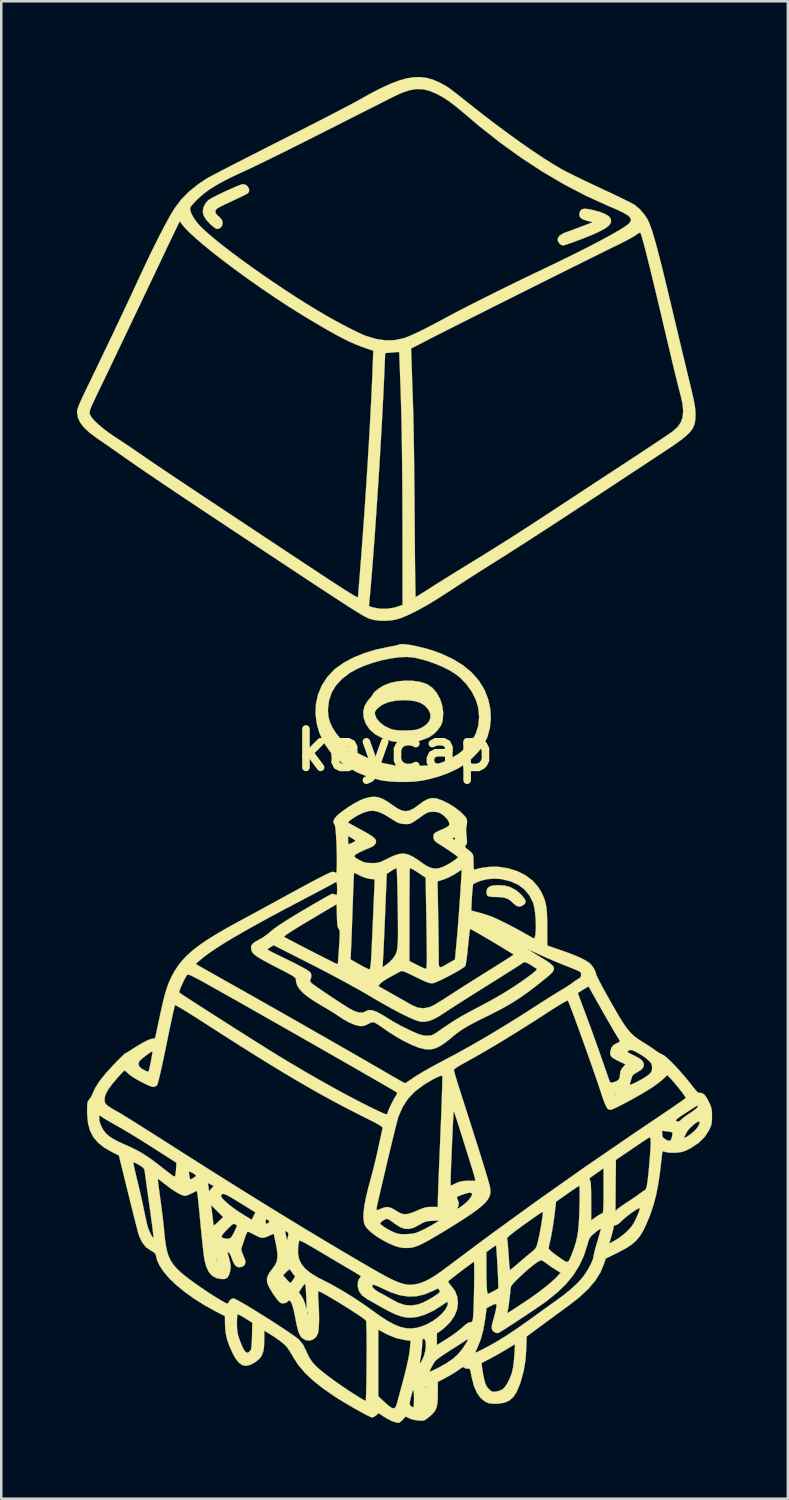
<source format=kicad_pcb>
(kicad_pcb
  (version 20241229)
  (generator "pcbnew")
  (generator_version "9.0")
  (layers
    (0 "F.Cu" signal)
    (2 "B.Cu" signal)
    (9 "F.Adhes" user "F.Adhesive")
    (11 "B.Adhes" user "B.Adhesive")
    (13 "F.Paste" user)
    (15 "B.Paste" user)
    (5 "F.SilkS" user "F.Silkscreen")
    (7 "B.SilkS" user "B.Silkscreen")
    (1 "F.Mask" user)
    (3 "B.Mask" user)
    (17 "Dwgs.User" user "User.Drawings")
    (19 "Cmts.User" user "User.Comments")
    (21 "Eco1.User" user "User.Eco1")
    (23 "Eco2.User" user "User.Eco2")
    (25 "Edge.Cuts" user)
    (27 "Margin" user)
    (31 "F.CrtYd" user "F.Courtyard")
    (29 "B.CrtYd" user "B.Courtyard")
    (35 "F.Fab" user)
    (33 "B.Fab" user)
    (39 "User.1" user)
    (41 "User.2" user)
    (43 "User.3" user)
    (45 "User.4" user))
  (footprint "keycap"
    (layer "F.Cu")
    (at 12.595 26.672)
    (property "Reference" "keycap" (at 0 0 0) (layer "F.SilkS") (effects (font (size 1.524 1.524) (thickness 0.3))))
    (attr through_hole)
    (fp_poly (pts (xy 4.353 5.372) (xy 4.571 5.432) (xy 4.783 5.543) (xy 4.805 5.558) (xy 4.921 5.648) (xy 5.032 5.758) (xy 5.122 5.869) (xy 5.178 5.966) (xy 5.189 6.011) (xy 5.157 6.089) (xy 5.078 6.158) (xy 4.978 6.2) (xy 4.933 6.205) (xy 4.828 6.18) (xy 4.722 6.098) (xy 4.706 6.082) (xy 4.579 5.964) (xy 4.449 5.887) (xy 4.296 5.844) (xy 4.1 5.827) (xy 4.017 5.825) (xy 3.843 5.821) (xy 3.729 5.804) (xy 3.665 5.767) (xy 3.638 5.704) (xy 3.636 5.606) (xy 3.637 5.588) (xy 3.669 5.484) (xy 3.749 5.413) (xy 3.885 5.371) (xy 4.083 5.356) (xy 4.1 5.355) (xy 4.353 5.372)) (stroke (width 0.01) (type solid)) (fill yes) (layer "F.SilkS"))
    (fp_poly (pts (xy 7.68 -21.434) (xy 7.88 -21.391) (xy 7.89 -21.388) (xy 8.156 -21.313) (xy 8.352 -21.234) (xy 8.483 -21.15) (xy 8.553 -21.06) (xy 8.557 -21.049) (xy 8.572 -20.949) (xy 8.542 -20.855) (xy 8.461 -20.762) (xy 8.324 -20.664) (xy 8.124 -20.556) (xy 7.983 -20.489) (xy 7.843 -20.427) (xy 7.671 -20.356) (xy 7.479 -20.28) (xy 7.281 -20.204) (xy 7.09 -20.133) (xy 6.918 -20.072) (xy 6.78 -20.025) (xy 6.689 -19.998) (xy 6.661 -19.993) (xy 6.595 -20.018) (xy 6.531 -20.066) (xy 6.461 -20.173) (xy 6.461 -20.279) (xy 6.528 -20.379) (xy 6.658 -20.465) (xy 6.74 -20.5) (xy 6.856 -20.542) (xy 7.019 -20.603) (xy 7.206 -20.673) (xy 7.397 -20.745) (xy 7.4 -20.746) (xy 7.851 -20.916) (xy 7.617 -20.974) (xy 7.447 -21.032) (xy 7.345 -21.108) (xy 7.308 -21.205) (xy 7.329 -21.315) (xy 7.372 -21.392) (xy 7.437 -21.436) (xy 7.536 -21.45) (xy 7.68 -21.434)) (stroke (width 0.01) (type solid)) (fill yes) (layer "F.SilkS"))
    (fp_poly (pts (xy -5.908 -22.397) (xy -5.826 -22.329) (xy -5.778 -22.237) (xy -5.773 -22.142) (xy -5.822 -22.063) (xy -5.871 -22.034) (xy -5.975 -21.981) (xy -6.121 -21.909) (xy -6.299 -21.824) (xy -6.485 -21.737) (xy -6.702 -21.636) (xy -6.862 -21.558) (xy -6.973 -21.499) (xy -7.044 -21.453) (xy -7.084 -21.415) (xy -7.102 -21.38) (xy -7.105 -21.364) (xy -7.106 -21.305) (xy -7.084 -21.253) (xy -7.028 -21.19) (xy -6.928 -21.1) (xy -6.917 -21.091) (xy -6.842 -20.99) (xy -6.821 -20.876) (xy -6.849 -20.769) (xy -6.919 -20.686) (xy -7.027 -20.647) (xy -7.049 -20.647) (xy -7.104 -20.671) (xy -7.193 -20.735) (xy -7.298 -20.827) (xy -7.328 -20.855) (xy -7.481 -21.024) (xy -7.573 -21.175) (xy -7.608 -21.32) (xy -7.589 -21.471) (xy -7.568 -21.535) (xy -7.499 -21.665) (xy -7.407 -21.773) (xy -7.387 -21.79) (xy -7.303 -21.844) (xy -7.172 -21.916) (xy -7.007 -22) (xy -6.821 -22.09) (xy -6.628 -22.181) (xy -6.439 -22.265) (xy -6.27 -22.337) (xy -6.132 -22.391) (xy -6.039 -22.421) (xy -6.014 -22.425) (xy -5.908 -22.397)) (stroke (width 0.01) (type solid)) (fill yes) (layer "F.SilkS"))
    (fp_poly (pts (xy 0.716 -2.743) (xy 1 -2.701) (xy 1.245 -2.624) (xy 1.303 -2.596) (xy 1.5 -2.455) (xy 1.666 -2.26) (xy 1.794 -2.025) (xy 1.88 -1.763) (xy 1.919 -1.487) (xy 1.904 -1.211) (xy 1.882 -1.103) (xy 1.812 -0.942) (xy 1.69 -0.775) (xy 1.534 -0.624) (xy 1.359 -0.507) (xy 1.332 -0.493) (xy 1 -0.37) (xy 0.638 -0.303) (xy 0.265 -0.295) (xy -0.103 -0.346) (xy -0.169 -0.362) (xy -0.508 -0.477) (xy -0.784 -0.628) (xy -0.997 -0.815) (xy -1.147 -1.038) (xy -1.232 -1.278) (xy -1.245 -1.443) (xy -0.79 -1.443) (xy -0.784 -1.406) (xy -0.717 -1.243) (xy -0.588 -1.09) (xy -0.409 -0.955) (xy -0.192 -0.848) (xy -0.073 -0.809) (xy 0.061 -0.786) (xy 0.248 -0.774) (xy 0.472 -0.774) (xy 0.476 -0.774) (xy 0.661 -0.782) (xy 0.796 -0.795) (xy 0.902 -0.818) (xy 1.002 -0.855) (xy 1.069 -0.887) (xy 1.247 -1.003) (xy 1.363 -1.142) (xy 1.415 -1.297) (xy 1.4 -1.46) (xy 1.333 -1.599) (xy 1.202 -1.75) (xy 1.037 -1.859) (xy 0.829 -1.931) (xy 0.569 -1.968) (xy 0.363 -1.975) (xy 0.028 -1.955) (xy -0.261 -1.893) (xy -0.498 -1.792) (xy -0.665 -1.666) (xy -0.748 -1.577) (xy -0.786 -1.51) (xy -0.79 -1.443) (xy -1.245 -1.443) (xy -1.251 -1.516) (xy -1.2 -1.737) (xy -1.079 -1.94) (xy -1.03 -1.997) (xy -0.947 -2.09) (xy -0.89 -2.166) (xy -0.871 -2.204) (xy -0.842 -2.258) (xy -0.765 -2.334) (xy -0.655 -2.421) (xy -0.529 -2.505) (xy -0.43 -2.561) (xy -0.18 -2.658) (xy 0.107 -2.721) (xy 0.412 -2.749) (xy 0.716 -2.743)) (stroke (width 0.01) (type solid)) (fill yes) (layer "F.SilkS"))
    (fp_poly (pts (xy 0.406 -4.191) (xy 0.596 -4.165) (xy 0.818 -4.123) (xy 1.062 -4.066) (xy 1.315 -3.998) (xy 1.564 -3.92) (xy 1.799 -3.835) (xy 1.822 -3.826) (xy 2.292 -3.61) (xy 2.699 -3.361) (xy 3.043 -3.078) (xy 3.324 -2.76) (xy 3.544 -2.406) (xy 3.559 -2.377) (xy 3.702 -2.013) (xy 3.785 -1.634) (xy 3.807 -1.25) (xy 3.769 -0.873) (xy 3.67 -0.515) (xy 3.531 -0.221) (xy 3.435 -0.081) (xy 3.298 0.083) (xy 3.138 0.252) (xy 2.973 0.409) (xy 2.824 0.531) (xy 2.514 0.726) (xy 2.149 0.901) (xy 1.743 1.05) (xy 1.313 1.166) (xy 1.075 1.214) (xy 0.799 1.248) (xy 0.484 1.266) (xy 0.155 1.266) (xy -0.165 1.249) (xy -0.45 1.217) (xy -0.562 1.196) (xy -1.058 1.063) (xy -1.508 0.88) (xy -1.911 0.652) (xy -2.263 0.38) (xy -2.561 0.069) (xy -2.802 -0.28) (xy -2.983 -0.664) (xy -3.087 -1.022) (xy -3.141 -1.425) (xy -3.135 -1.563) (xy -2.648 -1.563) (xy -2.631 -1.333) (xy -2.575 -1.118) (xy -2.475 -0.898) (xy -2.332 -0.668) (xy -2.074 -0.351) (xy -1.757 -0.071) (xy -1.389 0.167) (xy -0.974 0.362) (xy -0.519 0.509) (xy -0.029 0.606) (xy 0.036 0.615) (xy 0.205 0.628) (xy 0.424 0.635) (xy 0.675 0.636) (xy 0.936 0.63) (xy 1.187 0.62) (xy 1.407 0.604) (xy 1.576 0.584) (xy 1.578 0.583) (xy 1.723 0.546) (xy 1.906 0.48) (xy 2.105 0.393) (xy 2.159 0.367) (xy 2.519 0.157) (xy 2.815 -0.083) (xy 3.046 -0.353) (xy 3.212 -0.649) (xy 3.311 -0.971) (xy 3.342 -1.316) (xy 3.305 -1.682) (xy 3.298 -1.713) (xy 3.202 -2.018) (xy 3.045 -2.322) (xy 2.838 -2.609) (xy 2.59 -2.865) (xy 2.432 -2.993) (xy 2.182 -3.151) (xy 1.879 -3.304) (xy 1.542 -3.442) (xy 1.19 -3.559) (xy 0.843 -3.646) (xy 0.733 -3.667) (xy 0.475 -3.688) (xy 0.171 -3.675) (xy -0.165 -3.629) (xy -0.516 -3.556) (xy -0.868 -3.458) (xy -1.206 -3.34) (xy -1.515 -3.205) (xy -1.78 -3.056) (xy -1.786 -3.052) (xy -2.091 -2.819) (xy -2.329 -2.561) (xy -2.501 -2.277) (xy -2.606 -1.965) (xy -2.647 -1.622) (xy -2.648 -1.563) (xy -3.135 -1.563) (xy -3.125 -1.819) (xy -3.042 -2.198) (xy -2.894 -2.554) (xy -2.684 -2.88) (xy -2.414 -3.17) (xy -2.339 -3.234) (xy -2.016 -3.462) (xy -1.634 -3.666) (xy -1.201 -3.841) (xy -0.726 -3.984) (xy -0.22 -4.091) (xy -0.163 -4.101) (xy -0.023 -4.127) (xy 0.097 -4.156) (xy 0.171 -4.18) (xy 0.26 -4.197) (xy 0.406 -4.191)) (stroke (width 0.01) (type solid)) (fill yes) (layer "F.SilkS"))
    (fp_poly (pts (xy 1.253 -26.637) (xy 1.497 -26.57) (xy 1.74 -26.468) (xy 1.848 -26.412) (xy 1.931 -26.367) (xy 2.002 -26.327) (xy 2.07 -26.286) (xy 2.143 -26.237) (xy 2.228 -26.176) (xy 2.334 -26.096) (xy 2.467 -25.993) (xy 2.637 -25.859) (xy 2.85 -25.689) (xy 3.012 -25.561) (xy 3.528 -25.155) (xy 4.041 -24.764) (xy 4.541 -24.394) (xy 5.023 -24.047) (xy 5.48 -23.731) (xy 5.904 -23.449) (xy 6.289 -23.206) (xy 6.627 -23.008) (xy 6.63 -23.006) (xy 6.763 -22.936) (xy 6.95 -22.84) (xy 7.181 -22.726) (xy 7.444 -22.599) (xy 7.727 -22.464) (xy 8.019 -22.326) (xy 8.193 -22.246) (xy 8.47 -22.116) (xy 8.734 -21.991) (xy 8.975 -21.875) (xy 9.183 -21.773) (xy 9.35 -21.688) (xy 9.466 -21.626) (xy 9.516 -21.596) (xy 9.707 -21.434) (xy 9.889 -21.221) (xy 10.005 -21.046) (xy 10.05 -20.961) (xy 10.097 -20.852) (xy 10.149 -20.714) (xy 10.206 -20.545) (xy 10.268 -20.34) (xy 10.338 -20.094) (xy 10.417 -19.804) (xy 10.504 -19.466) (xy 10.603 -19.076) (xy 10.712 -18.63) (xy 10.835 -18.123) (xy 10.971 -17.552) (xy 11.066 -17.154) (xy 11.156 -16.774) (xy 11.249 -16.38) (xy 11.343 -15.986) (xy 11.435 -15.604) (xy 11.52 -15.247) (xy 11.597 -14.929) (xy 11.661 -14.661) (xy 11.688 -14.551) (xy 11.761 -14.25) (xy 11.817 -14.008) (xy 11.858 -13.813) (xy 11.887 -13.655) (xy 11.905 -13.522) (xy 11.914 -13.403) (xy 11.917 -13.299) (xy 11.913 -13.128) (xy 11.894 -12.979) (xy 11.855 -12.844) (xy 11.789 -12.717) (xy 11.691 -12.59) (xy 11.556 -12.458) (xy 11.378 -12.312) (xy 11.151 -12.147) (xy 10.87 -11.955) (xy 10.716 -11.854) (xy 10.55 -11.744) (xy 10.333 -11.601) (xy 10.072 -11.429) (xy 9.778 -11.235) (xy 9.458 -11.025) (xy 9.123 -10.804) (xy 8.78 -10.578) (xy 8.439 -10.353) (xy 8.364 -10.304) (xy 7.7 -9.867) (xy 7.09 -9.467) (xy 6.529 -9.1) (xy 6.01 -8.762) (xy 5.528 -8.45) (xy 5.077 -8.159) (xy 4.652 -7.887) (xy 4.246 -7.629) (xy 3.853 -7.382) (xy 3.81 -7.355) (xy 3.54 -7.184) (xy 3.255 -7.004) (xy 2.973 -6.823) (xy 2.707 -6.651) (xy 2.474 -6.5) (xy 2.304 -6.387) (xy 1.799 -6.059) (xy 1.343 -5.78) (xy 0.936 -5.551) (xy 0.58 -5.371) (xy 0.274 -5.242) (xy 0.056 -5.172) (xy -0.148 -5.136) (xy -0.382 -5.121) (xy -0.616 -5.127) (xy -0.82 -5.154) (xy -0.871 -5.167) (xy -0.912 -5.178) (xy -0.95 -5.189) (xy -0.989 -5.201) (xy -1.03 -5.215) (xy -1.076 -5.235) (xy -1.13 -5.261) (xy -1.194 -5.294) (xy -1.271 -5.337) (xy -1.363 -5.391) (xy -1.474 -5.458) (xy -1.605 -5.539) (xy -1.759 -5.637) (xy -1.86 -5.702) (xy -1.025 -5.702) (xy -0.848 -5.647) (xy -0.596 -5.6) (xy -0.317 -5.597) (xy -0.043 -5.638) (xy 0.073 -5.671) (xy 0.308 -5.751) (xy 0.305 -8.926) (xy 0.302 -9.896) (xy 0.297 -10.802) (xy 0.288 -11.642) (xy 0.277 -12.416) (xy 0.264 -13.12) (xy 0.247 -13.754) (xy 0.241 -13.931) (xy 0.23 -14.287) (xy 0.218 -14.622) (xy 0.207 -14.927) (xy 0.198 -15.195) (xy 0.189 -15.42) (xy 0.182 -15.595) (xy 0.176 -15.713) (xy 0.173 -15.766) (xy 0.172 -15.769) (xy 0.135 -15.771) (xy 0.043 -15.766) (xy -0.084 -15.756) (xy -0.109 -15.754) (xy -0.381 -15.73) (xy -0.424 -14.732) (xy -0.451 -14.143) (xy -0.483 -13.509) (xy -0.519 -12.841) (xy -0.559 -12.146) (xy -0.601 -11.434) (xy -0.646 -10.715) (xy -0.693 -9.998) (xy -0.74 -9.291) (xy -0.788 -8.605) (xy -0.837 -7.948) (xy -0.884 -7.33) (xy -0.93 -6.76) (xy -0.974 -6.247) (xy -1.002 -5.944) (xy -1.025 -5.702) (xy -1.86 -5.702) (xy -1.939 -5.752) (xy -2.147 -5.887) (xy -2.386 -6.042) (xy -2.659 -6.221) (xy -2.967 -6.423) (xy -3.315 -6.652) (xy -3.703 -6.908) (xy -4.135 -7.194) (xy -4.614 -7.511) (xy -5.141 -7.86) (xy -5.72 -8.244) (xy -6.353 -8.663) (xy -7.043 -9.121) (xy -7.412 -9.365) (xy -7.798 -9.622) (xy -8.192 -9.885) (xy -8.586 -10.149) (xy -8.971 -10.407) (xy -9.339 -10.655) (xy -9.681 -10.887) (xy -9.989 -11.097) (xy -10.255 -11.28) (xy -10.471 -11.429) (xy -10.505 -11.453) (xy -10.759 -11.631) (xy -11.01 -11.807) (xy -11.247 -11.973) (xy -11.461 -12.122) (xy -11.641 -12.246) (xy -11.777 -12.34) (xy -11.817 -12.368) (xy -12.101 -12.579) (xy -12.316 -12.781) (xy -12.467 -12.977) (xy -12.557 -13.173) (xy -12.589 -13.366) (xy -12.097 -13.366) (xy -12.091 -13.326) (xy -12.083 -13.3) (xy -12.022 -13.19) (xy -11.905 -13.052) (xy -11.74 -12.895) (xy -11.535 -12.724) (xy -11.298 -12.547) (xy -11.041 -12.373) (xy -10.85 -12.248) (xy -10.62 -12.095) (xy -10.373 -11.929) (xy -10.129 -11.762) (xy -9.952 -11.64) (xy -9.84 -11.562) (xy -9.704 -11.468) (xy -9.54 -11.357) (xy -9.347 -11.226) (xy -9.123 -11.076) (xy -8.865 -10.903) (xy -8.571 -10.706) (xy -8.239 -10.485) (xy -7.867 -10.237) (xy -7.452 -9.961) (xy -6.991 -9.655) (xy -6.484 -9.318) (xy -5.927 -8.949) (xy -5.318 -8.545) (xy -4.655 -8.106) (xy -3.935 -7.63) (xy -3.266 -7.187) (xy -2.856 -6.916) (xy -2.504 -6.686) (xy -2.207 -6.493) (xy -1.964 -6.337) (xy -1.771 -6.217) (xy -1.627 -6.13) (xy -1.528 -6.076) (xy -1.474 -6.054) (xy -1.461 -6.056) (xy -1.456 -6.105) (xy -1.446 -6.218) (xy -1.432 -6.384) (xy -1.415 -6.596) (xy -1.395 -6.842) (xy -1.374 -7.115) (xy -1.362 -7.257) (xy -1.302 -8.045) (xy -1.243 -8.852) (xy -1.185 -9.67) (xy -1.131 -10.489) (xy -1.079 -11.3) (xy -1.031 -12.094) (xy -0.987 -12.862) (xy -0.948 -13.594) (xy -0.914 -14.282) (xy -0.886 -14.916) (xy -0.864 -15.487) (xy -0.864 -15.505) (xy -0.853 -15.824) (xy -1.112 -15.911) (xy 0.646 -15.911) (xy 0.67 -15.204) (xy 0.678 -14.968) (xy 0.687 -14.68) (xy 0.698 -14.357) (xy 0.71 -14.019) (xy 0.721 -13.686) (xy 0.729 -13.444) (xy 0.735 -13.243) (xy 0.741 -12.977) (xy 0.747 -12.654) (xy 0.753 -12.281) (xy 0.76 -11.868) (xy 0.765 -11.42) (xy 0.771 -10.947) (xy 0.776 -10.455) (xy 0.781 -9.953) (xy 0.785 -9.449) (xy 0.787 -9.226) (xy 0.79 -8.753) (xy 0.794 -8.302) (xy 0.797 -7.878) (xy 0.801 -7.485) (xy 0.805 -7.129) (xy 0.809 -6.815) (xy 0.813 -6.549) (xy 0.817 -6.335) (xy 0.821 -6.179) (xy 0.824 -6.086) (xy 0.826 -6.06) (xy 0.861 -6.078) (xy 0.947 -6.13) (xy 1.072 -6.209) (xy 1.228 -6.307) (xy 1.357 -6.39) (xy 1.519 -6.493) (xy 1.73 -6.627) (xy 1.978 -6.782) (xy 2.25 -6.951) (xy 2.532 -7.126) (xy 2.812 -7.299) (xy 2.903 -7.354) (xy 3.289 -7.591) (xy 3.644 -7.81) (xy 3.978 -8.019) (xy 4.303 -8.223) (xy 4.627 -8.428) (xy 4.961 -8.642) (xy 5.315 -8.871) (xy 5.7 -9.122) (xy 6.125 -9.4) (xy 6.568 -9.69) (xy 6.907 -9.913) (xy 7.291 -10.166) (xy 7.704 -10.437) (xy 8.13 -10.717) (xy 8.554 -10.994) (xy 8.958 -11.26) (xy 9.328 -11.502) (xy 9.398 -11.548) (xy 9.698 -11.745) (xy 9.985 -11.935) (xy 10.252 -12.112) (xy 10.493 -12.272) (xy 10.7 -12.411) (xy 10.866 -12.524) (xy 10.985 -12.607) (xy 11.049 -12.653) (xy 11.218 -12.812) (xy 11.337 -12.989) (xy 11.406 -13.193) (xy 11.428 -13.431) (xy 11.403 -13.71) (xy 11.332 -14.038) (xy 11.309 -14.123) (xy 11.275 -14.254) (xy 11.226 -14.445) (xy 11.165 -14.689) (xy 11.095 -14.975) (xy 11.018 -15.294) (xy 10.936 -15.638) (xy 10.851 -15.995) (xy 10.775 -16.319) (xy 10.684 -16.708) (xy 10.588 -17.114) (xy 10.491 -17.523) (xy 10.396 -17.922) (xy 10.306 -18.298) (xy 10.224 -18.637) (xy 10.154 -18.926) (xy 10.119 -19.068) (xy 10.039 -19.388) (xy 9.974 -19.649) (xy 9.92 -19.861) (xy 9.874 -20.035) (xy 9.833 -20.183) (xy 9.795 -20.315) (xy 9.756 -20.443) (xy 9.741 -20.493) (xy 9.706 -20.502) (xy 9.623 -20.457) (xy 9.558 -20.41) (xy 9.474 -20.355) (xy 9.337 -20.277) (xy 9.16 -20.181) (xy 8.955 -20.077) (xy 8.737 -19.969) (xy 8.695 -19.949) (xy 8.555 -19.881) (xy 8.356 -19.783) (xy 8.104 -19.658) (xy 7.805 -19.51) (xy 7.465 -19.342) (xy 7.09 -19.155) (xy 6.686 -18.954) (xy 6.259 -18.741) (xy 5.815 -18.519) (xy 5.36 -18.292) (xy 4.899 -18.061) (xy 4.439 -17.831) (xy 3.986 -17.604) (xy 3.546 -17.383) (xy 3.124 -17.171) (xy 2.727 -16.971) (xy 2.361 -16.787) (xy 2.031 -16.62) (xy 1.743 -16.475) (xy 1.504 -16.353) (xy 1.32 -16.259) (xy 1.294 -16.245) (xy 0.646 -15.911) (xy -1.112 -15.911) (xy -1.161 -15.928) (xy -1.365 -16.001) (xy -1.569 -16.082) (xy -1.782 -16.177) (xy -2.012 -16.289) (xy -2.267 -16.423) (xy -2.555 -16.582) (xy -2.885 -16.771) (xy -3.263 -16.994) (xy -3.443 -17.102) (xy -3.873 -17.365) (xy -4.314 -17.645) (xy -4.76 -17.939) (xy -5.207 -18.242) (xy -5.648 -18.549) (xy -6.078 -18.857) (xy -6.491 -19.161) (xy -6.882 -19.457) (xy -7.244 -19.741) (xy -7.572 -20.009) (xy -7.86 -20.256) (xy -8.104 -20.478) (xy -8.296 -20.671) (xy -8.429 -20.827) (xy -8.523 -20.953) (xy -8.794 -20.391) (xy -8.903 -20.164) (xy -9.032 -19.896) (xy -9.166 -19.613) (xy -9.296 -19.34) (xy -9.373 -19.177) (xy -9.487 -18.935) (xy -9.629 -18.637) (xy -9.792 -18.292) (xy -9.974 -17.911) (xy -10.168 -17.502) (xy -10.372 -17.076) (xy -10.579 -16.641) (xy -10.786 -16.207) (xy -10.989 -15.784) (xy -11.181 -15.381) (xy -11.36 -15.007) (xy -11.521 -14.673) (xy -11.658 -14.387) (xy -11.681 -14.34) (xy -11.811 -14.07) (xy -11.912 -13.857) (xy -11.988 -13.693) (xy -12.041 -13.57) (xy -12.074 -13.48) (xy -12.092 -13.415) (xy -12.097 -13.366) (xy -12.589 -13.366) (xy -12.59 -13.372) (xy -12.59 -13.387) (xy -12.586 -13.446) (xy -12.569 -13.519) (xy -12.537 -13.614) (xy -12.487 -13.739) (xy -12.414 -13.902) (xy -12.317 -14.11) (xy -12.191 -14.373) (xy -12.132 -14.494) (xy -11.874 -15.027) (xy -11.611 -15.575) (xy -11.346 -16.128) (xy -11.086 -16.675) (xy -10.835 -17.204) (xy -10.599 -17.706) (xy -10.383 -18.168) (xy -10.192 -18.579) (xy -10.135 -18.705) (xy -9.926 -19.153) (xy -9.72 -19.587) (xy -9.518 -19.999) (xy -9.325 -20.383) (xy -9.145 -20.729) (xy -8.982 -21.032) (xy -8.839 -21.283) (xy -8.72 -21.475) (xy -8.716 -21.481) (xy -8.715 -21.483) (xy -8.109 -21.483) (xy -8.107 -21.388) (xy -8.06 -21.256) (xy -7.975 -21.1) (xy -7.86 -20.934) (xy -7.764 -20.819) (xy -7.602 -20.653) (xy -7.383 -20.455) (xy -7.115 -20.229) (xy -6.803 -19.979) (xy -6.454 -19.711) (xy -6.075 -19.429) (xy -5.671 -19.137) (xy -5.249 -18.84) (xy -4.816 -18.542) (xy -4.377 -18.249) (xy -3.94 -17.963) (xy -3.51 -17.691) (xy -3.094 -17.436) (xy -2.698 -17.203) (xy -2.608 -17.152) (xy -2.377 -17.024) (xy -2.133 -16.892) (xy -1.887 -16.763) (xy -1.652 -16.644) (xy -1.443 -16.542) (xy -1.271 -16.462) (xy -1.157 -16.415) (xy -0.75 -16.291) (xy -0.369 -16.234) (xy -0.007 -16.242) (xy 0.34 -16.315) (xy 0.435 -16.347) (xy 0.667 -16.441) (xy 0.955 -16.574) (xy 1.301 -16.746) (xy 1.707 -16.959) (xy 2.068 -17.155) (xy 2.287 -17.272) (xy 2.562 -17.416) (xy 2.884 -17.582) (xy 3.244 -17.764) (xy 3.633 -17.96) (xy 4.042 -18.163) (xy 4.46 -18.37) (xy 4.88 -18.575) (xy 5.292 -18.775) (xy 5.687 -18.964) (xy 5.896 -19.064) (xy 6.394 -19.302) (xy 6.868 -19.533) (xy 7.314 -19.754) (xy 7.727 -19.964) (xy 8.102 -20.16) (xy 8.435 -20.339) (xy 8.721 -20.498) (xy 8.955 -20.636) (xy 9.133 -20.75) (xy 9.251 -20.837) (xy 9.266 -20.851) (xy 9.333 -20.927) (xy 9.362 -20.998) (xy 9.348 -21.07) (xy 9.287 -21.144) (xy 9.174 -21.226) (xy 9.006 -21.319) (xy 8.778 -21.427) (xy 8.485 -21.552) (xy 8.449 -21.567) (xy 7.599 -21.952) (xy 6.736 -22.401) (xy 5.869 -22.91) (xy 5.005 -23.474) (xy 4.153 -24.088) (xy 3.319 -24.748) (xy 2.965 -25.047) (xy 2.696 -25.277) (xy 2.47 -25.464) (xy 2.277 -25.615) (xy 2.107 -25.739) (xy 1.951 -25.841) (xy 1.799 -25.929) (xy 1.64 -26.011) (xy 1.615 -26.023) (xy 1.351 -26.13) (xy 1.099 -26.186) (xy 0.847 -26.192) (xy 0.581 -26.146) (xy 0.291 -26.048) (xy 0 -25.915) (xy -0.089 -25.871) (xy -0.237 -25.796) (xy -0.437 -25.695) (xy -0.684 -25.57) (xy -0.972 -25.425) (xy -1.294 -25.262) (xy -1.645 -25.085) (xy -2.019 -24.895) (xy -2.409 -24.698) (xy -2.758 -24.521) (xy -3.169 -24.314) (xy -3.577 -24.109) (xy -3.975 -23.909) (xy -4.356 -23.719) (xy -4.714 -23.542) (xy -5.04 -23.381) (xy -5.328 -23.241) (xy -5.57 -23.123) (xy -5.76 -23.033) (xy -5.86 -22.987) (xy -6.204 -22.829) (xy -6.493 -22.691) (xy -6.739 -22.567) (xy -6.956 -22.45) (xy -7.155 -22.333) (xy -7.348 -22.212) (xy -7.488 -22.112) (xy -7.638 -21.989) (xy -7.787 -21.856) (xy -7.921 -21.724) (xy -8.028 -21.605) (xy -8.096 -21.513) (xy -8.109 -21.483) (xy -8.715 -21.483) (xy -8.46 -21.819) (xy -8.154 -22.13) (xy -7.79 -22.423) (xy -7.457 -22.644) (xy -7.385 -22.685) (xy -7.253 -22.755) (xy -7.068 -22.853) (xy -6.834 -22.975) (xy -6.558 -23.118) (xy -6.243 -23.279) (xy -5.897 -23.457) (xy -5.524 -23.647) (xy -5.13 -23.847) (xy -4.72 -24.055) (xy -4.572 -24.13) (xy -4.15 -24.343) (xy -3.736 -24.554) (xy -3.337 -24.758) (xy -2.957 -24.952) (xy -2.605 -25.134) (xy -2.285 -25.299) (xy -2.004 -25.446) (xy -1.767 -25.57) (xy -1.582 -25.669) (xy -1.455 -25.739) (xy -1.433 -25.751) (xy -0.968 -26.012) (xy -0.551 -26.227) (xy -0.179 -26.398) (xy 0.157 -26.526) (xy 0.462 -26.613) (xy 0.742 -26.66) (xy 1.004 -26.667) (xy 1.253 -26.637)) (stroke (width 0.01) (type solid)) (fill yes) (layer "F.SilkS"))
    (fp_poly (pts (xy -0.642 1.874) (xy -0.456 1.946) (xy -0.249 2.071) (xy -0.125 2.159) (xy 0.085 2.303) (xy 0.263 2.391) (xy 0.422 2.424) (xy 0.577 2.401) (xy 0.74 2.323) (xy 0.927 2.19) (xy 0.941 2.179) (xy 1.139 2.035) (xy 1.309 1.945) (xy 1.462 1.905) (xy 1.612 1.911) (xy 1.659 1.921) (xy 1.882 1.999) (xy 2.126 2.119) (xy 2.366 2.267) (xy 2.577 2.429) (xy 2.64 2.486) (xy 2.751 2.597) (xy 2.818 2.677) (xy 2.852 2.742) (xy 2.864 2.809) (xy 2.864 2.85) (xy 2.856 2.961) (xy 2.839 3.048) (xy 2.836 3.059) (xy 2.827 3.125) (xy 2.829 3.24) (xy 2.84 3.382) (xy 2.843 3.413) (xy 2.859 3.563) (xy 2.861 3.659) (xy 2.848 3.72) (xy 2.82 3.764) (xy 2.816 3.769) (xy 2.783 3.814) (xy 2.789 3.852) (xy 2.843 3.902) (xy 2.881 3.931) (xy 2.993 4.02) (xy 3.063 4.091) (xy 3.101 4.166) (xy 3.117 4.266) (xy 3.121 4.413) (xy 3.121 4.451) (xy 3.122 4.601) (xy 3.128 4.691) (xy 3.141 4.733) (xy 3.165 4.742) (xy 3.184 4.736) (xy 3.321 4.695) (xy 3.505 4.661) (xy 3.711 4.635) (xy 3.911 4.622) (xy 4.081 4.625) (xy 4.088 4.625) (xy 4.493 4.688) (xy 4.86 4.803) (xy 5.184 4.967) (xy 5.461 5.177) (xy 5.684 5.43) (xy 5.794 5.607) (xy 5.873 5.767) (xy 5.934 5.917) (xy 5.978 6.072) (xy 6.009 6.244) (xy 6.028 6.448) (xy 6.038 6.696) (xy 6.041 7.003) (xy 6.041 7.021) (xy 6.042 7.747) (xy 6.622 7.948) (xy 6.943 8.063) (xy 7.203 8.166) (xy 7.411 8.26) (xy 7.579 8.35) (xy 7.714 8.441) (xy 7.718 8.444) (xy 7.805 8.533) (xy 7.888 8.653) (xy 7.952 8.779) (xy 7.982 8.885) (xy 7.983 8.898) (xy 8 8.944) (xy 8.048 9.045) (xy 8.122 9.189) (xy 8.217 9.368) (xy 8.328 9.572) (xy 8.406 9.712) (xy 8.604 10.065) (xy 8.774 10.362) (xy 8.92 10.609) (xy 9.047 10.812) (xy 9.16 10.978) (xy 9.266 11.115) (xy 9.369 11.229) (xy 9.474 11.327) (xy 9.588 11.416) (xy 9.714 11.503) (xy 9.859 11.594) (xy 9.86 11.595) (xy 10.014 11.692) (xy 10.171 11.795) (xy 10.301 11.885) (xy 10.324 11.902) (xy 10.437 11.979) (xy 10.54 12.039) (xy 10.596 12.064) (xy 10.677 12.109) (xy 10.795 12.205) (xy 10.941 12.343) (xy 11.11 12.516) (xy 11.293 12.715) (xy 11.482 12.933) (xy 11.672 13.162) (xy 11.843 13.381) (xy 11.928 13.485) (xy 12 13.558) (xy 12.046 13.587) (xy 12.052 13.586) (xy 12.107 13.583) (xy 12.192 13.607) (xy 12.194 13.608) (xy 12.264 13.653) (xy 12.332 13.737) (xy 12.41 13.873) (xy 12.436 13.924) (xy 12.503 14.067) (xy 12.543 14.179) (xy 12.563 14.29) (xy 12.571 14.431) (xy 12.571 14.51) (xy 12.569 14.674) (xy 12.557 14.794) (xy 12.529 14.898) (xy 12.479 15.015) (xy 12.454 15.066) (xy 12.284 15.329) (xy 12.048 15.563) (xy 11.746 15.766) (xy 11.68 15.802) (xy 11.524 15.878) (xy 11.395 15.924) (xy 11.26 15.948) (xy 11.134 15.959) (xy 10.973 15.961) (xy 10.83 15.952) (xy 10.737 15.934) (xy 10.656 15.909) (xy 10.612 15.902) (xy 10.61 15.902) (xy 10.603 15.94) (xy 10.59 16.035) (xy 10.575 16.17) (xy 10.561 16.293) (xy 10.501 16.799) (xy 10.433 17.246) (xy 10.353 17.645) (xy 10.258 18.008) (xy 10.147 18.348) (xy 10.083 18.517) (xy 9.954 18.826) (xy 9.83 19.077) (xy 9.701 19.281) (xy 9.557 19.451) (xy 9.386 19.599) (xy 9.177 19.737) (xy 8.921 19.876) (xy 8.826 19.924) (xy 8.354 20.157) (xy 8.289 20.368) (xy 8.151 20.701) (xy 7.944 21.03) (xy 7.666 21.358) (xy 7.318 21.684) (xy 6.951 21.972) (xy 6.797 22.084) (xy 6.602 22.227) (xy 6.38 22.39) (xy 6.149 22.56) (xy 5.924 22.726) (xy 5.89 22.751) (xy 5.226 23.242) (xy 5.211 23.731) (xy 5.179 24.181) (xy 5.111 24.595) (xy 5 25.003) (xy 4.933 25.198) (xy 4.82 25.457) (xy 4.689 25.65) (xy 4.532 25.784) (xy 4.339 25.867) (xy 4.102 25.904) (xy 3.972 25.908) (xy 3.813 25.901) (xy 3.694 25.876) (xy 3.585 25.826) (xy 3.575 25.82) (xy 3.399 25.676) (xy 3.252 25.468) (xy 3.135 25.199) (xy 3.051 24.874) (xy 3.051 24.874) (xy 3.019 24.708) (xy 2.996 24.601) (xy 2.976 24.541) (xy 2.955 24.515) (xy 2.927 24.512) (xy 2.892 24.519) (xy 2.804 24.51) (xy 2.762 24.48) (xy 2.73 24.455) (xy 2.686 24.461) (xy 2.615 24.504) (xy 2.534 24.563) (xy 2.418 24.643) (xy 2.263 24.739) (xy 2.096 24.835) (xy 2.028 24.872) (xy 1.705 25.042) (xy 1.705 25.502) (xy 1.7 25.747) (xy 1.682 25.935) (xy 1.647 26.08) (xy 1.588 26.199) (xy 1.5 26.306) (xy 1.377 26.416) (xy 1.366 26.425) (xy 1.259 26.511) (xy 1.182 26.559) (xy 1.11 26.578) (xy 1.018 26.578) (xy 0.935 26.571) (xy 0.787 26.549) (xy 0.645 26.512) (xy 0.57 26.482) (xy 0.433 26.413) (xy 0.312 26.542) (xy 0.235 26.616) (xy 0.176 26.66) (xy 0.159 26.666) (xy 0.1 26.655) (xy 0.054 26.646) (xy -0.125 26.589) (xy -0.315 26.492) (xy -0.437 26.415) (xy -0.639 26.28) (xy -0.739 26.366) (xy -0.821 26.424) (xy -0.891 26.452) (xy -0.898 26.452) (xy -0.954 26.434) (xy -1.061 26.384) (xy -1.21 26.307) (xy -1.39 26.209) (xy -1.59 26.096) (xy -1.801 25.974) (xy -2.013 25.849) (xy -2.214 25.726) (xy -2.395 25.611) (xy -2.423 25.592) (xy -2.867 25.283) (xy -3.243 24.982) (xy -3.555 24.686) (xy -3.809 24.39) (xy -4.007 24.09) (xy -4.017 24.072) (xy -4.104 23.922) (xy -4.193 23.78) (xy -4.269 23.67) (xy -4.293 23.639) (xy -4.387 23.546) (xy -4.533 23.428) (xy -4.721 23.294) (xy -4.937 23.153) (xy -5.044 23.088) (xy -5.171 23.011) (xy -5.173 23.399) (xy -5.183 23.652) (xy -5.215 23.847) (xy -5.274 24.001) (xy -5.366 24.126) (xy -5.498 24.237) (xy -5.539 24.265) (xy -5.726 24.367) (xy -5.891 24.404) (xy -6.04 24.377) (xy -6.177 24.282) (xy -6.307 24.118) (xy -6.408 23.941) (xy -6.555 23.621) (xy -6.653 23.332) (xy -6.709 23.054) (xy -6.727 22.784) (xy -6.728 22.745) (xy -6.256 22.745) (xy -6.25 22.931) (xy -6.235 23.078) (xy -6.202 23.216) (xy -6.147 23.379) (xy -6.135 23.412) (xy -6.051 23.623) (xy -5.979 23.768) (xy -5.914 23.854) (xy -5.853 23.885) (xy -5.801 23.874) (xy -5.731 23.81) (xy -5.698 23.751) (xy -5.685 23.685) (xy -5.674 23.562) (xy -5.664 23.399) (xy -5.658 23.214) (xy -5.657 23.182) (xy -5.648 22.697) (xy -5.927 22.519) (xy -6.052 22.444) (xy -6.155 22.39) (xy -6.219 22.366) (xy -6.232 22.367) (xy -6.243 22.413) (xy -6.251 22.514) (xy -6.255 22.653) (xy -6.256 22.745) (xy -6.728 22.745) (xy -6.731 22.437) (xy -7.11 22.24) (xy -7.546 21.998) (xy -7.951 21.744) (xy -8.317 21.482) (xy -8.642 21.217) (xy -8.92 20.953) (xy -9.145 20.694) (xy -9.314 20.445) (xy -9.422 20.211) (xy -9.455 20.078) (xy -9.475 19.994) (xy -9.514 19.934) (xy -9.589 19.879) (xy -9.673 19.834) (xy -9.862 19.699) (xy -10.012 19.511) (xy -10.128 19.263) (xy -10.156 19.179) (xy -10.18 19.095) (xy -10.218 18.95) (xy -10.269 18.753) (xy -10.33 18.512) (xy -10.399 18.236) (xy -10.475 17.934) (xy -10.553 17.616) (xy -10.578 17.515) (xy -10.868 16.337) (xy -10.362 16.337) (xy -10.359 16.376) (xy -10.341 16.475) (xy -10.309 16.623) (xy -10.266 16.808) (xy -10.214 17.021) (xy -10.2 17.077) (xy -10.137 17.339) (xy -10.072 17.618) (xy -10.01 17.891) (xy -9.958 18.135) (xy -9.925 18.302) (xy -9.884 18.502) (xy -9.841 18.694) (xy -9.801 18.856) (xy -9.767 18.97) (xy -9.761 18.985) (xy -9.707 19.113) (xy -9.651 19.224) (xy -9.601 19.303) (xy -9.566 19.335) (xy -9.56 19.333) (xy -9.561 19.295) (xy -9.572 19.193) (xy -9.591 19.036) (xy -9.617 18.832) (xy -9.65 18.589) (xy -9.687 18.315) (xy -9.724 18.05) (xy -9.766 17.751) (xy -9.805 17.471) (xy -9.84 17.218) (xy -9.869 17.003) (xy -9.87 16.998) (xy -9.39 16.998) (xy -9.389 17.036) (xy -9.379 17.135) (xy -9.36 17.285) (xy -9.335 17.475) (xy -9.305 17.695) (xy -9.293 17.785) (xy -9.256 18.051) (xy -9.221 18.326) (xy -9.189 18.591) (xy -9.162 18.825) (xy -9.144 19.008) (xy -9.144 19.014) (xy -9.113 19.333) (xy -9.077 19.606) (xy -9.03 19.842) (xy -8.966 20.048) (xy -8.879 20.233) (xy -8.765 20.405) (xy -8.617 20.573) (xy -8.429 20.746) (xy -8.197 20.931) (xy -7.914 21.137) (xy -7.576 21.372) (xy -7.566 21.379) (xy -7.406 21.487) (xy -7.236 21.596) (xy -7.068 21.701) (xy -6.912 21.796) (xy -6.779 21.872) (xy -6.682 21.924) (xy -6.63 21.946) (xy -6.624 21.945) (xy -6.552 21.83) (xy -6.495 21.766) (xy -6.438 21.739) (xy -6.386 21.735) (xy -6.33 21.754) (xy -6.222 21.809) (xy -6.07 21.894) (xy -5.882 22.004) (xy -5.667 22.134) (xy -5.431 22.278) (xy -5.184 22.432) (xy -4.934 22.591) (xy -4.688 22.749) (xy -4.455 22.902) (xy -4.243 23.043) (xy -4.059 23.169) (xy -3.913 23.274) (xy -3.812 23.352) (xy -3.783 23.378) (xy -3.636 23.564) (xy -3.516 23.802) (xy -3.445 23.963) (xy -3.37 24.104) (xy -3.284 24.233) (xy -3.178 24.358) (xy -3.046 24.488) (xy -2.878 24.63) (xy -2.668 24.794) (xy -2.407 24.986) (xy -2.322 25.047) (xy -2.175 25.151) (xy -2.007 25.266) (xy -1.828 25.385) (xy -1.649 25.501) (xy -1.482 25.607) (xy -1.338 25.696) (xy -1.228 25.761) (xy -1.163 25.794) (xy -1.153 25.797) (xy -1.147 25.762) (xy -1.142 25.662) (xy -1.14 25.609) (xy -0.653 25.609) (xy -0.398 25.849) (xy -0.246 25.985) (xy -0.132 26.066) (xy -0.048 26.092) (xy 0.013 26.064) (xy 0.059 25.983) (xy 0.085 25.899) (xy 0.088 25.889) (xy 0.59 25.889) (xy 0.592 25.942) (xy 0.61 25.975) (xy 0.639 25.999) (xy 0.703 26.04) (xy 0.735 26.052) (xy 0.746 26.019) (xy 0.756 25.929) (xy 0.761 25.798) (xy 0.762 25.708) (xy 0.759 25.56) (xy 0.751 25.444) (xy 0.74 25.375) (xy 0.733 25.364) (xy 0.712 25.396) (xy 0.682 25.484) (xy 0.648 25.609) (xy 0.637 25.655) (xy 0.605 25.799) (xy 0.59 25.889) (xy 0.088 25.889) (xy 0.113 25.793) (xy 0.156 25.636) (xy 0.206 25.448) (xy 0.259 25.255) (xy 1.197 25.255) (xy 1.211 25.285) (xy 1.222 25.279) (xy 1.226 25.236) (xy 1.222 25.231) (xy 1.2 25.236) (xy 1.197 25.255) (xy 0.259 25.255) (xy 0.261 25.248) (xy 0.273 25.2) (xy 0.377 24.808) (xy 0.42 24.638) (xy 1.383 24.638) (xy 1.385 24.638) (xy 1.43 24.622) (xy 1.525 24.579) (xy 1.654 24.517) (xy 1.772 24.457) (xy 2.063 24.293) (xy 3.441 24.293) (xy 3.459 24.475) (xy 3.477 24.604) (xy 3.506 24.768) (xy 3.54 24.928) (xy 3.584 25.091) (xy 3.633 25.206) (xy 3.701 25.297) (xy 3.725 25.322) (xy 3.809 25.398) (xy 3.88 25.43) (xy 3.971 25.431) (xy 4.007 25.428) (xy 4.135 25.398) (xy 4.251 25.348) (xy 4.272 25.334) (xy 4.368 25.237) (xy 4.466 25.087) (xy 4.558 24.904) (xy 4.633 24.705) (xy 4.662 24.598) (xy 4.688 24.462) (xy 4.712 24.28) (xy 4.732 24.081) (xy 4.741 23.957) (xy 4.765 23.547) (xy 4.384 23.775) (xy 4.201 23.883) (xy 4.007 23.993) (xy 3.828 24.092) (xy 3.722 24.148) (xy 3.441 24.293) (xy 2.063 24.293) (xy 2.072 24.288) (xy 2.313 24.118) (xy 2.512 23.936) (xy 2.57 23.865) (xy 3.193 23.865) (xy 3.203 23.874) (xy 3.238 23.866) (xy 3.306 23.837) (xy 3.418 23.782) (xy 3.58 23.698) (xy 3.662 23.655) (xy 4.027 23.452) (xy 4.422 23.209) (xy 4.854 22.922) (xy 5.328 22.587) (xy 5.425 22.517) (xy 5.634 22.365) (xy 5.863 22.2) (xy 6.088 22.038) (xy 6.287 21.896) (xy 6.35 21.851) (xy 6.687 21.604) (xy 6.967 21.377) (xy 7.201 21.164) (xy 7.398 20.955) (xy 7.406 20.945) (xy 7.508 20.813) (xy 7.612 20.654) (xy 7.71 20.485) (xy 7.792 20.323) (xy 7.85 20.184) (xy 7.874 20.085) (xy 7.874 20.077) (xy 7.884 20.011) (xy 7.912 19.891) (xy 7.954 19.733) (xy 8.004 19.558) (xy 8.499 19.558) (xy 8.718 19.44) (xy 8.86 19.353) (xy 9.017 19.239) (xy 9.151 19.126) (xy 9.269 19.009) (xy 9.376 18.886) (xy 9.451 18.783) (xy 9.455 18.777) (xy 9.514 18.666) (xy 9.576 18.535) (xy 9.634 18.402) (xy 9.68 18.282) (xy 9.708 18.193) (xy 9.711 18.153) (xy 9.671 18.161) (xy 9.588 18.205) (xy 9.477 18.276) (xy 9.349 18.365) (xy 9.22 18.462) (xy 9.102 18.559) (xy 9.008 18.645) (xy 9.002 18.651) (xy 8.896 18.749) (xy 8.803 18.814) (xy 8.749 18.832) (xy 8.685 18.856) (xy 8.672 18.898) (xy 8.663 18.961) (xy 8.636 19.074) (xy 8.599 19.214) (xy 8.586 19.261) (xy 8.499 19.558) (xy 8.004 19.558) (xy 8.006 19.553) (xy 8.019 19.508) (xy 8.072 19.329) (xy 8.116 19.174) (xy 8.148 19.056) (xy 8.163 18.989) (xy 8.164 18.981) (xy 8.139 18.981) (xy 8.072 19.021) (xy 7.976 19.093) (xy 7.938 19.124) (xy 7.825 19.221) (xy 7.752 19.298) (xy 7.704 19.379) (xy 7.666 19.488) (xy 7.632 19.609) (xy 7.493 20.041) (xy 7.311 20.436) (xy 7.081 20.803) (xy 6.797 21.151) (xy 6.454 21.486) (xy 6.044 21.819) (xy 6.005 21.848) (xy 5.88 21.937) (xy 5.706 22.058) (xy 5.496 22.201) (xy 5.261 22.358) (xy 5.014 22.522) (xy 4.768 22.684) (xy 4.534 22.836) (xy 4.325 22.97) (xy 4.156 23.076) (xy 4.074 23.109) (xy 3.99 23.092) (xy 3.976 23.086) (xy 3.886 23.023) (xy 3.844 22.931) (xy 3.847 22.8) (xy 3.887 22.637) (xy 3.936 22.469) (xy 3.974 22.323) (xy 4.454 22.323) (xy 4.613 22.223) (xy 4.702 22.166) (xy 4.835 22.079) (xy 4.996 21.973) (xy 5.168 21.86) (xy 5.207 21.834) (xy 5.467 21.656) (xy 5.722 21.47) (xy 5.962 21.285) (xy 6.173 21.111) (xy 6.343 20.959) (xy 6.439 20.861) (xy 6.572 20.714) (xy 6.363 20.587) (xy 6.223 20.497) (xy 6.081 20.398) (xy 5.997 20.334) (xy 5.881 20.252) (xy 5.797 20.225) (xy 5.771 20.229) (xy 5.678 20.276) (xy 5.544 20.369) (xy 5.379 20.499) (xy 5.192 20.659) (xy 4.993 20.842) (xy 4.937 20.896) (xy 4.797 21.032) (xy 4.701 21.131) (xy 4.641 21.205) (xy 4.606 21.267) (xy 4.59 21.328) (xy 4.583 21.399) (xy 4.572 21.532) (xy 4.553 21.699) (xy 4.531 21.877) (xy 4.508 22.043) (xy 4.486 22.176) (xy 4.474 22.238) (xy 4.454 22.323) (xy 3.974 22.323) (xy 3.983 22.286) (xy 4.007 22.18) (xy 4.032 22.045) (xy 4.028 21.972) (xy 3.987 21.953) (xy 3.9 21.983) (xy 3.798 22.034) (xy 3.641 22.115) (xy 3.582 22.552) (xy 3.506 22.989) (xy 3.404 23.364) (xy 3.28 23.674) (xy 3.232 23.775) (xy 3.201 23.845) (xy 3.193 23.865) (xy 2.57 23.865) (xy 2.681 23.728) (xy 2.72 23.672) (xy 2.801 23.546) (xy 2.864 23.442) (xy 2.899 23.375) (xy 2.903 23.361) (xy 2.878 23.356) (xy 2.815 23.39) (xy 2.785 23.412) (xy 2.704 23.468) (xy 2.58 23.549) (xy 2.433 23.643) (xy 2.331 23.706) (xy 2.147 23.823) (xy 1.968 23.941) (xy 1.81 24.049) (xy 1.688 24.14) (xy 1.622 24.194) (xy 1.58 24.248) (xy 1.525 24.334) (xy 1.468 24.435) (xy 1.419 24.532) (xy 1.387 24.605) (xy 1.383 24.638) (xy 0.42 24.638) (xy 0.46 24.477) (xy 0.5 24.298) (xy 0.988 24.298) (xy 1.005 24.301) (xy 1.048 24.239) (xy 1.108 24.127) (xy 1.166 23.983) (xy 1.206 23.824) (xy 1.228 23.666) (xy 1.23 23.523) (xy 1.213 23.411) (xy 1.175 23.344) (xy 1.141 23.332) (xy 1.107 23.354) (xy 1.091 23.429) (xy 1.088 23.504) (xy 1.081 23.647) (xy 1.062 23.83) (xy 1.035 24.023) (xy 1.004 24.195) (xy 0.997 24.23) (xy 0.988 24.298) (xy 0.5 24.298) (xy 0.522 24.199) (xy 0.567 23.966) (xy 0.595 23.769) (xy 0.603 23.689) (xy 0.627 23.411) (xy 0.413 23.384) (xy 0.064 23.308) (xy -0.295 23.163) (xy -0.383 23.117) (xy 1.669 23.117) (xy 1.669 23.581) (xy 2.077 23.326) (xy 2.254 23.21) (xy 2.428 23.086) (xy 2.581 22.967) (xy 2.686 22.875) (xy 2.82 22.755) (xy 2.923 22.692) (xy 2.982 22.679) (xy 3.043 22.67) (xy 3.076 22.631) (xy 3.096 22.542) (xy 3.098 22.524) (xy 3.107 22.431) (xy 3.115 22.285) (xy 3.123 22.099) (xy 3.13 21.881) (xy 3.137 21.643) (xy 3.142 21.396) (xy 3.145 21.15) (xy 3.148 20.915) (xy 3.149 20.703) (xy 3.148 20.523) (xy 3.145 20.387) (xy 3.14 20.304) (xy 3.135 20.284) (xy 3.099 20.305) (xy 3.018 20.362) (xy 2.903 20.446) (xy 2.765 20.548) (xy 2.617 20.66) (xy 2.469 20.773) (xy 2.334 20.878) (xy 2.222 20.967) (xy 2.146 21.03) (xy 2.124 21.049) (xy 2.126 21.094) (xy 2.182 21.174) (xy 2.222 21.218) (xy 2.381 21.429) (xy 2.475 21.663) (xy 2.504 21.912) (xy 2.469 22.166) (xy 2.37 22.417) (xy 2.207 22.656) (xy 2.169 22.699) (xy 2.052 22.818) (xy 1.927 22.931) (xy 1.827 23.009) (xy 1.669 23.117) (xy -0.383 23.117) (xy -0.424 23.096) (xy -0.653 22.97) (xy -0.653 25.609) (xy -1.14 25.609) (xy -1.136 25.505) (xy -1.131 25.297) (xy -1.126 25.046) (xy -1.122 24.759) (xy -1.119 24.444) (xy -1.117 24.23) (xy -1.115 23.85) (xy -1.115 23.511) (xy -1.117 23.219) (xy -1.121 22.978) (xy -1.126 22.793) (xy -1.132 22.67) (xy -1.14 22.614) (xy -1.141 22.612) (xy -1.191 22.566) (xy -1.292 22.491) (xy -1.435 22.392) (xy -1.611 22.277) (xy -1.809 22.149) (xy -2.019 22.017) (xy -2.233 21.885) (xy -2.44 21.761) (xy -2.63 21.649) (xy -2.794 21.555) (xy -2.922 21.487) (xy -3.005 21.45) (xy -3.026 21.445) (xy -3.037 21.479) (xy -3.04 21.574) (xy -3.035 21.719) (xy -3.026 21.853) (xy -3.009 22.12) (xy -3.001 22.384) (xy -3.001 22.632) (xy -3.009 22.848) (xy -3.025 23.02) (xy -3.048 23.131) (xy -3.128 23.275) (xy -3.247 23.368) (xy -3.389 23.405) (xy -3.539 23.383) (xy -3.662 23.31) (xy -3.722 23.248) (xy -3.774 23.163) (xy -3.82 23.047) (xy -3.864 22.887) (xy -3.91 22.675) (xy -3.951 22.455) (xy -3.98 22.316) (xy -3.475 22.316) (xy -3.471 22.382) (xy -3.462 22.39) (xy -3.458 22.379) (xy -3.453 22.287) (xy -3.458 22.252) (xy -3.469 22.241) (xy -3.475 22.291) (xy -3.475 22.316) (xy -3.98 22.316) (xy -4.002 22.21) (xy -4.054 22.02) (xy -4.107 21.889) (xy -4.158 21.821) (xy -4.206 21.82) (xy -4.229 21.846) (xy -4.299 21.902) (xy -4.404 21.93) (xy -4.508 21.92) (xy -4.514 21.918) (xy -4.578 21.869) (xy -4.664 21.772) (xy -4.761 21.641) (xy -4.86 21.494) (xy -4.862 21.49) (xy -3.802 21.49) (xy -3.697 21.64) (xy -3.624 21.77) (xy -3.564 21.921) (xy -3.548 21.978) (xy -3.522 22.081) (xy -3.502 22.145) (xy -3.495 22.158) (xy -3.493 22.12) (xy -3.495 22.024) (xy -3.499 21.882) (xy -3.506 21.707) (xy -3.508 21.652) (xy -3.518 21.471) (xy -3.53 21.32) (xy -3.543 21.211) (xy -3.554 21.158) (xy -3.557 21.155) (xy -3.59 21.183) (xy -3.646 21.255) (xy -3.693 21.322) (xy -3.802 21.49) (xy -4.862 21.49) (xy -4.949 21.345) (xy -5.018 21.21) (xy -5.057 21.106) (xy -5.06 21.093) (xy -5.068 20.969) (xy -5.041 20.851) (xy -5.021 20.814) (xy -4.428 20.814) (xy -4.298 20.966) (xy -4.221 21.05) (xy -4.16 21.105) (xy -4.137 21.118) (xy -4.1 21.09) (xy -4.046 21.02) (xy -4.028 20.992) (xy -3.95 20.866) (xy -4.051 20.729) (xy -4.113 20.645) (xy -4.153 20.589) (xy -4.161 20.578) (xy -4.19 20.593) (xy -4.253 20.645) (xy -4.299 20.689) (xy -4.428 20.814) (xy -5.021 20.814) (xy -4.973 20.723) (xy -4.858 20.567) (xy -4.845 20.552) (xy -4.753 20.424) (xy -4.69 20.3) (xy -4.656 20.164) (xy -4.649 20.004) (xy -4.654 19.954) (xy -3.835 19.954) (xy -3.792 20.175) (xy -3.698 20.374) (xy -3.546 20.557) (xy -3.334 20.73) (xy -3.056 20.899) (xy -2.863 20.998) (xy -2.489 21.191) (xy -2.082 21.424) (xy -1.662 21.682) (xy -1.25 21.956) (xy -0.889 22.212) (xy -0.557 22.449) (xy -0.266 22.635) (xy -0.007 22.773) (xy 0.228 22.865) (xy 0.447 22.915) (xy 0.659 22.924) (xy 0.871 22.896) (xy 1.072 22.84) (xy 1.301 22.745) (xy 1.52 22.62) (xy 1.719 22.476) (xy 1.886 22.32) (xy 2.013 22.163) (xy 2.088 22.013) (xy 2.105 21.916) (xy 2.099 21.882) (xy 2.074 21.877) (xy 2.017 21.906) (xy 1.918 21.973) (xy 1.878 22.002) (xy 1.538 22.217) (xy 1.208 22.372) (xy 0.894 22.467) (xy 0.614 22.497) (xy 0.429 22.484) (xy 0.236 22.44) (xy 0.021 22.362) (xy -0.226 22.245) (xy -0.501 22.096) (xy -0.68 21.994) (xy -0.85 21.898) (xy -0.994 21.816) (xy -1.096 21.758) (xy -1.115 21.747) (xy -1.299 21.611) (xy -1.417 21.449) (xy -1.467 21.261) (xy -1.468 21.24) (xy -0.897 21.24) (xy -0.862 21.309) (xy -0.779 21.39) (xy -0.656 21.474) (xy -0.577 21.516) (xy -0.421 21.598) (xy -0.249 21.695) (xy -0.141 21.759) (xy 0.143 21.909) (xy 0.407 21.994) (xy 0.662 22.014) (xy 0.918 21.971) (xy 1.146 21.884) (xy 1.301 21.804) (xy 1.473 21.705) (xy 1.596 21.627) (xy 1.709 21.547) (xy 1.771 21.493) (xy 1.789 21.454) (xy 1.775 21.418) (xy 1.772 21.415) (xy 1.732 21.361) (xy 1.719 21.343) (xy 1.686 21.352) (xy 1.606 21.387) (xy 1.496 21.441) (xy 1.492 21.443) (xy 1.169 21.577) (xy 0.851 21.65) (xy 0.529 21.659) (xy 0.195 21.606) (xy -0.159 21.49) (xy -0.458 21.353) (xy -0.627 21.272) (xy -0.76 21.216) (xy -0.847 21.191) (xy -0.874 21.193) (xy -0.897 21.24) (xy -1.468 21.24) (xy -1.47 21.207) (xy -1.455 21.05) (xy -1.41 20.951) (xy -1.406 20.947) (xy -1.358 20.887) (xy -1.343 20.856) (xy -1.372 20.831) (xy -1.453 20.778) (xy -1.575 20.703) (xy -1.725 20.614) (xy -1.769 20.588) (xy -1.927 20.496) (xy -2.131 20.376) (xy -2.366 20.237) (xy -2.616 20.088) (xy -2.866 19.939) (xy -2.972 19.875) (xy -3.186 19.749) (xy -3.379 19.638) (xy -3.544 19.546) (xy -3.671 19.48) (xy -3.752 19.443) (xy -3.777 19.438) (xy -3.796 19.487) (xy -3.815 19.586) (xy -3.831 19.706) (xy -3.835 19.954) (xy -4.654 19.954) (xy -4.669 19.808) (xy -4.713 19.561) (xy -4.74 19.434) (xy -4.799 19.167) (xy -4.985 19.253) (xy -5.117 19.309) (xy -5.221 19.332) (xy -5.32 19.321) (xy -5.439 19.274) (xy -5.553 19.214) (xy -5.673 19.152) (xy -5.769 19.107) (xy -5.823 19.087) (xy -5.826 19.087) (xy -5.854 19.119) (xy -5.894 19.203) (xy -5.938 19.324) (xy -5.946 19.349) (xy -5.992 19.492) (xy -6.035 19.618) (xy -6.066 19.703) (xy -6.068 19.707) (xy -6.084 19.773) (xy -6.074 19.85) (xy -6.034 19.958) (xy -6.01 20.011) (xy -5.96 20.133) (xy -5.925 20.238) (xy -5.915 20.294) (xy -5.947 20.4) (xy -6.033 20.474) (xy -6.156 20.501) (xy -6.157 20.501) (xy -6.251 20.48) (xy -6.332 20.411) (xy -6.406 20.286) (xy -6.478 20.097) (xy -6.479 20.096) (xy -6.523 19.993) (xy -6.57 19.922) (xy -6.592 19.905) (xy -6.631 19.903) (xy -6.623 19.948) (xy -6.601 20.015) (xy -6.57 20.128) (xy -6.541 20.24) (xy -6.51 20.388) (xy -6.503 20.505) (xy -6.52 20.629) (xy -6.528 20.662) (xy -6.576 20.821) (xy -6.643 20.918) (xy -6.74 20.963) (xy -6.879 20.966) (xy -6.889 20.965) (xy -7.085 20.922) (xy -7.244 20.83) (xy -7.371 20.684) (xy -7.468 20.48) (xy -7.525 20.266) (xy -7.039 20.266) (xy -7.021 20.284) (xy -7.003 20.266) (xy -7.021 20.247) (xy -7.039 20.266) (xy -7.525 20.266) (xy -7.538 20.214) (xy -7.545 20.175) (xy -7.076 20.175) (xy -7.062 20.205) (xy -7.052 20.199) (xy -7.047 20.156) (xy -7.052 20.151) (xy -7.073 20.156) (xy -7.076 20.175) (xy -7.545 20.175) (xy -7.567 20.041) (xy -7.583 19.907) (xy -7.605 19.716) (xy -7.63 19.48) (xy -7.65 19.287) (xy -6.864 19.287) (xy -6.841 19.324) (xy -6.776 19.349) (xy -6.767 19.351) (xy -6.625 19.371) (xy -6.528 19.347) (xy -6.484 19.312) (xy -6.438 19.244) (xy -6.379 19.136) (xy -6.343 19.06) (xy -4.34 19.06) (xy -4.338 19.097) (xy -4.323 19.183) (xy -4.309 19.25) (xy -4.269 19.431) (xy -4.234 19.289) (xy -4.216 19.191) (xy -4.228 19.135) (xy -4.265 19.099) (xy -4.32 19.065) (xy -4.34 19.06) (xy -6.343 19.06) (xy -6.337 19.046) (xy -6.248 18.846) (xy -6.324 18.798) (xy -6.362 18.781) (xy -6.402 18.786) (xy -6.456 18.82) (xy -6.535 18.893) (xy -6.652 19.011) (xy -6.652 19.011) (xy -6.773 19.139) (xy -6.843 19.228) (xy -6.864 19.287) (xy -7.65 19.287) (xy -7.658 19.213) (xy -7.686 18.931) (xy -7.71 18.677) (xy -7.735 18.409) (xy -7.759 18.161) (xy -7.772 18.031) (xy -7.279 18.031) (xy -7.233 18.404) (xy -7.214 18.566) (xy -7.198 18.703) (xy -7.188 18.8) (xy -7.186 18.832) (xy -7.163 18.836) (xy -7.1 18.793) (xy -7.009 18.71) (xy -6.994 18.696) (xy -6.986 18.687) (xy -5.116 18.687) (xy -5.111 18.762) (xy -5.086 18.778) (xy -5.044 18.76) (xy -4.986 18.716) (xy -4.971 18.687) (xy -4.999 18.645) (xy -5.044 18.615) (xy -5.094 18.596) (xy -5.113 18.624) (xy -5.116 18.687) (xy -6.986 18.687) (xy -6.804 18.506) (xy -7.279 18.031) (xy -7.772 18.031) (xy -7.781 17.942) (xy -7.8 17.764) (xy -7.811 17.669) (xy -6.887 17.669) (xy -6.87 17.722) (xy -6.801 17.807) (xy -6.689 17.914) (xy -6.545 18.037) (xy -6.376 18.165) (xy -6.193 18.293) (xy -6.074 18.369) (xy -5.925 18.461) (xy -5.801 18.537) (xy -5.714 18.59) (xy -5.674 18.614) (xy -5.673 18.614) (xy -5.656 18.585) (xy -5.617 18.512) (xy -5.596 18.469) (xy -5.524 18.324) (xy -6.144 17.939) (xy -6.369 17.801) (xy -6.541 17.7) (xy -6.667 17.633) (xy -6.757 17.598) (xy -6.817 17.591) (xy -6.856 17.61) (xy -6.881 17.651) (xy -6.887 17.669) (xy -7.811 17.669) (xy -7.814 17.637) (xy -7.823 17.57) (xy -7.824 17.568) (xy -7.844 17.468) (xy -8.045 17.569) (xy -8.164 17.624) (xy -8.266 17.661) (xy -8.319 17.671) (xy -8.412 17.648) (xy -8.548 17.585) (xy -8.714 17.488) (xy -8.897 17.364) (xy -9.085 17.221) (xy -9.089 17.218) (xy -9.168 17.156) (xy -7.413 17.156) (xy -7.389 17.273) (xy -7.373 17.372) (xy -7.366 17.446) (xy -7.361 17.487) (xy -7.357 17.487) (xy -7.329 17.452) (xy -7.273 17.386) (xy -7.263 17.375) (xy -7.177 17.278) (xy -7.295 17.217) (xy -7.413 17.156) (xy -9.168 17.156) (xy -9.21 17.123) (xy -9.309 17.049) (xy -9.373 17.006) (xy -9.39 16.998) (xy -9.87 16.998) (xy -9.892 16.834) (xy -9.907 16.721) (xy -9.913 16.675) (xy -9.931 16.607) (xy -9.981 16.547) (xy -10.075 16.479) (xy -10.134 16.443) (xy -10.242 16.383) (xy -10.324 16.345) (xy -10.362 16.337) (xy -10.362 16.337) (xy -10.868 16.337) (xy -10.933 16.07) (xy -11.191 15.941) (xy -11.507 15.76) (xy -11.757 15.563) (xy -11.945 15.341) (xy -12.077 15.087) (xy -12.157 14.791) (xy -12.179 14.557) (xy -11.715 14.557) (xy -11.708 14.683) (xy -11.662 14.84) (xy -11.583 15.005) (xy -11.534 15.084) (xy -11.445 15.194) (xy -11.333 15.295) (xy -11.187 15.395) (xy -10.996 15.499) (xy -10.751 15.614) (xy -10.618 15.672) (xy -10.386 15.777) (xy -10.176 15.884) (xy -9.974 16.001) (xy -9.764 16.138) (xy -9.534 16.303) (xy -9.269 16.506) (xy -9.18 16.577) (xy -9.031 16.693) (xy -8.902 16.792) (xy -8.804 16.865) (xy -8.747 16.903) (xy -8.738 16.908) (xy -8.709 16.879) (xy -8.695 16.846) (xy -8.683 16.776) (xy -8.68 16.744) (xy -8.156 16.744) (xy -8.149 16.824) (xy -8.134 16.915) (xy -8.117 16.989) (xy -8.102 17.018) (xy -8.062 17.001) (xy -7.988 16.961) (xy -7.979 16.956) (xy -7.908 16.907) (xy -7.874 16.871) (xy -7.874 16.869) (xy -7.902 16.837) (xy -7.968 16.79) (xy -8.049 16.742) (xy -8.118 16.709) (xy -8.152 16.703) (xy -8.156 16.744) (xy -8.68 16.744) (xy -8.672 16.662) (xy -8.665 16.569) (xy -8.654 16.356) (xy -9.561 15.776) (xy -9.821 15.611) (xy -10.089 15.443) (xy -10.352 15.282) (xy -10.594 15.135) (xy -10.803 15.011) (xy -10.958 14.922) (xy -11.14 14.82) (xy -11.309 14.723) (xy -11.45 14.64) (xy -11.549 14.58) (xy -11.575 14.563) (xy -11.702 14.476) (xy -11.715 14.557) (xy -12.179 14.557) (xy -12.19 14.445) (xy -12.192 14.33) (xy -12.191 14.153) (xy -12.185 14.033) (xy -12.173 13.954) (xy -12.151 13.901) (xy -12.117 13.859) (xy -12.11 13.852) (xy -12.109 13.85) (xy -11.502 13.85) (xy -11.496 13.928) (xy -11.473 13.995) (xy -11.422 14.059) (xy -11.335 14.128) (xy -11.203 14.212) (xy -11.017 14.318) (xy -10.976 14.34) (xy -10.887 14.392) (xy -10.745 14.479) (xy -10.556 14.595) (xy -10.328 14.737) (xy -10.068 14.9) (xy -9.785 15.079) (xy -9.484 15.27) (xy -9.174 15.467) (xy -9.168 15.471) (xy -8.105 16.149) (xy -7.095 16.787) (xy -6.133 17.391) (xy -5.213 17.963) (xy -4.329 18.507) (xy -3.476 19.026) (xy -2.647 19.524) (xy -1.837 20.005) (xy -1.041 20.471) (xy -0.943 20.528) (xy -0.601 20.723) (xy -0.311 20.881) (xy -0.065 21.004) (xy 0.145 21.094) (xy 0.328 21.154) (xy 0.492 21.186) (xy 0.644 21.193) (xy 0.794 21.178) (xy 0.948 21.143) (xy 0.982 21.133) (xy 1.169 21.066) (xy 1.37 20.967) (xy 1.595 20.831) (xy 1.855 20.651) (xy 2.035 20.517) (xy 2.861 19.9) (xy 3.629 19.9) (xy 3.629 20.559) (xy 3.631 20.855) (xy 3.637 21.107) (xy 3.647 21.309) (xy 3.66 21.454) (xy 3.676 21.536) (xy 3.689 21.554) (xy 3.727 21.539) (xy 3.809 21.5) (xy 3.893 21.458) (xy 3.998 21.402) (xy 4.075 21.355) (xy 4.101 21.334) (xy 4.104 21.292) (xy 4.102 21.19) (xy 4.097 21.042) (xy 4.09 20.858) (xy 4.08 20.653) (xy 4.069 20.438) (xy 4.057 20.225) (xy 4.045 20.028) (xy 4.033 19.858) (xy 4.023 19.729) (xy 4.014 19.653) (xy 4.01 19.637) (xy 3.977 19.651) (xy 3.903 19.698) (xy 3.813 19.762) (xy 3.629 19.9) (xy 2.861 19.9) (xy 3.578 19.365) (xy 4.447 19.365) (xy 4.449 19.373) (xy 4.46 19.428) (xy 4.474 19.541) (xy 4.488 19.7) (xy 4.503 19.89) (xy 4.512 20.021) (xy 4.525 20.218) (xy 4.538 20.388) (xy 4.55 20.517) (xy 4.56 20.594) (xy 4.564 20.61) (xy 4.597 20.588) (xy 4.672 20.527) (xy 4.781 20.436) (xy 4.912 20.325) (xy 4.93 20.31) (xy 5.082 20.18) (xy 5.231 20.053) (xy 5.36 19.945) (xy 5.446 19.875) (xy 5.523 19.81) (xy 5.574 19.753) (xy 6.096 19.753) (xy 6.126 19.799) (xy 6.212 19.878) (xy 6.348 19.985) (xy 6.528 20.115) (xy 6.657 20.204) (xy 6.745 20.261) (xy 6.809 20.289) (xy 6.86 20.28) (xy 6.906 20.228) (xy 6.957 20.125) (xy 7.021 19.963) (xy 7.044 19.905) (xy 7.121 19.692) (xy 7.182 19.489) (xy 7.229 19.281) (xy 7.264 19.054) (xy 7.289 18.797) (xy 7.307 18.495) (xy 7.319 18.134) (xy 7.319 18.116) (xy 7.324 17.877) (xy 7.326 17.664) (xy 7.325 17.488) (xy 7.322 17.358) (xy 7.316 17.285) (xy 7.312 17.272) (xy 7.274 17.292) (xy 7.188 17.346) (xy 7.065 17.429) (xy 6.916 17.531) (xy 6.837 17.586) (xy 6.39 17.9) (xy 6.368 18.103) (xy 6.33 18.422) (xy 6.287 18.737) (xy 6.24 19.03) (xy 6.194 19.28) (xy 6.167 19.407) (xy 6.134 19.55) (xy 6.11 19.668) (xy 6.097 19.741) (xy 6.096 19.753) (xy 5.574 19.753) (xy 5.576 19.75) (xy 5.614 19.679) (xy 5.647 19.576) (xy 5.684 19.425) (xy 5.692 19.39) (xy 5.73 19.217) (xy 5.766 19.027) (xy 5.801 18.835) (xy 5.83 18.653) (xy 5.853 18.495) (xy 5.866 18.376) (xy 5.868 18.309) (xy 5.865 18.299) (xy 5.833 18.315) (xy 5.75 18.368) (xy 5.625 18.453) (xy 5.466 18.564) (xy 5.281 18.695) (xy 5.136 18.799) (xy 4.903 18.969) (xy 4.724 19.103) (xy 4.594 19.205) (xy 4.509 19.28) (xy 4.462 19.332) (xy 4.447 19.365) (xy 3.578 19.365) (xy 3.82 19.184) (xy 5.654 17.854) (xy 6.874 16.994) (xy 7.71 16.994) (xy 7.712 17.015) (xy 7.731 17.039) (xy 7.737 17.046) (xy 7.754 17.089) (xy 7.767 17.174) (xy 7.775 17.31) (xy 7.781 17.503) (xy 7.783 17.759) (xy 7.783 17.872) (xy 7.783 18.642) (xy 7.98 18.501) (xy 8.087 18.429) (xy 8.176 18.378) (xy 8.225 18.361) (xy 8.24 18.348) (xy 8.252 18.305) (xy 8.257 18.265) (xy 8.744 18.265) (xy 8.826 18.19) (xy 8.891 18.139) (xy 9 18.061) (xy 9.136 17.969) (xy 9.235 17.905) (xy 9.389 17.804) (xy 9.537 17.704) (xy 9.657 17.618) (xy 9.706 17.58) (xy 9.802 17.509) (xy 9.883 17.457) (xy 9.91 17.444) (xy 9.94 17.415) (xy 9.968 17.347) (xy 9.994 17.234) (xy 10.019 17.071) (xy 10.045 16.853) (xy 10.072 16.574) (xy 10.101 16.228) (xy 10.106 16.166) (xy 10.126 15.892) (xy 10.138 15.683) (xy 10.142 15.531) (xy 10.137 15.43) (xy 10.123 15.372) (xy 10.101 15.351) (xy 10.094 15.35) (xy 10.058 15.37) (xy 9.971 15.426) (xy 9.843 15.51) (xy 9.682 15.618) (xy 9.496 15.743) (xy 9.416 15.798) (xy 8.763 16.244) (xy 8.753 17.255) (xy 8.744 18.265) (xy 8.257 18.265) (xy 8.261 18.225) (xy 8.267 18.1) (xy 8.271 17.923) (xy 8.273 17.686) (xy 8.273 17.468) (xy 8.273 16.576) (xy 8.028 16.749) (xy 7.882 16.851) (xy 7.786 16.921) (xy 7.731 16.965) (xy 7.71 16.994) (xy 6.874 16.994) (xy 7.543 16.522) (xy 9.443 15.219) (xy 10.595 15.219) (xy 10.608 15.317) (xy 10.657 15.383) (xy 10.713 15.422) (xy 10.828 15.481) (xy 10.903 15.486) (xy 10.952 15.433) (xy 10.974 15.36) (xy 11.467 15.36) (xy 11.492 15.366) (xy 11.559 15.335) (xy 11.654 15.273) (xy 11.764 15.191) (xy 11.846 15.123) (xy 11.957 15.009) (xy 12.038 14.891) (xy 12.078 14.788) (xy 12.077 14.732) (xy 12.043 14.721) (xy 11.973 14.753) (xy 11.881 14.817) (xy 11.78 14.903) (xy 11.682 14.999) (xy 11.602 15.096) (xy 11.567 15.15) (xy 11.513 15.254) (xy 11.476 15.332) (xy 11.467 15.36) (xy 10.974 15.36) (xy 10.984 15.33) (xy 11.001 15.23) (xy 11.004 15.165) (xy 10.999 15.153) (xy 10.953 15.141) (xy 10.859 15.124) (xy 10.786 15.114) (xy 10.595 15.088) (xy 10.595 15.219) (xy 9.443 15.219) (xy 9.495 15.183) (xy 10.124 14.759) (xy 10.231 14.687) (xy 11.134 14.687) (xy 11.143 14.698) (xy 11.224 14.729) (xy 11.296 14.7) (xy 11.343 14.654) (xy 11.403 14.6) (xy 11.507 14.521) (xy 11.638 14.43) (xy 11.711 14.382) (xy 11.839 14.293) (xy 11.94 14.213) (xy 12 14.153) (xy 12.011 14.131) (xy 11.992 14.094) (xy 11.965 14.102) (xy 11.919 14.131) (xy 11.825 14.191) (xy 11.695 14.275) (xy 11.543 14.373) (xy 11.505 14.397) (xy 11.332 14.512) (xy 11.216 14.596) (xy 11.152 14.652) (xy 11.134 14.687) (xy 10.231 14.687) (xy 10.408 14.568) (xy 10.673 14.388) (xy 10.914 14.225) (xy 11.123 14.081) (xy 11.296 13.962) (xy 11.425 13.871) (xy 11.506 13.812) (xy 11.532 13.79) (xy 11.515 13.751) (xy 11.46 13.668) (xy 11.377 13.556) (xy 11.275 13.425) (xy 11.164 13.287) (xy 11.054 13.157) (xy 10.954 13.044) (xy 10.93 13.019) (xy 10.8 12.883) (xy 10.628 13.045) (xy 10.517 13.139) (xy 10.369 13.252) (xy 10.211 13.364) (xy 10.153 13.402) (xy 9.99 13.504) (xy 9.799 13.617) (xy 9.591 13.736) (xy 9.377 13.856) (xy 9.166 13.969) (xy 8.97 14.072) (xy 8.8 14.157) (xy 8.665 14.22) (xy 8.576 14.255) (xy 8.552 14.26) (xy 8.494 14.252) (xy 8.444 14.222) (xy 8.396 14.162) (xy 8.345 14.061) (xy 8.286 13.912) (xy 8.215 13.706) (xy 8.2 13.662) (xy 8.709 13.662) (xy 8.727 13.68) (xy 8.745 13.662) (xy 8.727 13.643) (xy 8.709 13.662) (xy 8.2 13.662) (xy 8.182 13.607) (xy 8.099 13.36) (xy 8.005 13.081) (xy 7.9 12.777) (xy 7.788 12.457) (xy 7.672 12.127) (xy 7.554 11.795) (xy 7.437 11.469) (xy 7.324 11.155) (xy 7.216 10.861) (xy 7.118 10.594) (xy 7.031 10.362) (xy 6.959 10.172) (xy 6.903 10.032) (xy 6.867 9.948) (xy 6.856 9.929) (xy 6.818 9.939) (xy 6.73 9.984) (xy 6.6 10.058) (xy 6.436 10.158) (xy 6.249 10.276) (xy 6.162 10.332) (xy 5.472 10.778) (xy 4.808 11.196) (xy 4.179 11.582) (xy 3.591 11.931) (xy 3.049 12.24) (xy 2.827 12.362) (xy 2.618 12.479) (xy 2.471 12.567) (xy 2.38 12.632) (xy 2.34 12.675) (xy 2.339 12.691) (xy 2.362 12.765) (xy 2.381 12.839) (xy 2.396 12.894) (xy 2.432 13.01) (xy 2.484 13.179) (xy 2.552 13.394) (xy 2.632 13.647) (xy 2.722 13.93) (xy 2.82 14.236) (xy 2.869 14.387) (xy 3.061 14.99) (xy 3.232 15.526) (xy 3.379 15.994) (xy 3.504 16.395) (xy 3.605 16.728) (xy 3.684 16.992) (xy 3.74 17.189) (xy 3.772 17.316) (xy 3.773 17.32) (xy 3.792 17.447) (xy 3.788 17.568) (xy 3.757 17.685) (xy 3.694 17.804) (xy 3.595 17.929) (xy 3.457 18.063) (xy 3.274 18.212) (xy 3.042 18.379) (xy 2.758 18.569) (xy 2.417 18.786) (xy 2.154 18.949) (xy 1.825 19.15) (xy 1.549 19.314) (xy 1.319 19.446) (xy 1.128 19.547) (xy 0.969 19.623) (xy 0.834 19.676) (xy 0.718 19.71) (xy 0.611 19.728) (xy 0.56 19.733) (xy 0.368 19.734) (xy 0.187 19.708) (xy -0.004 19.651) (xy -0.226 19.556) (xy -0.317 19.511) (xy -0.555 19.381) (xy -0.772 19.24) (xy -0.956 19.098) (xy -1.095 18.964) (xy -1.173 18.856) (xy -1.207 18.76) (xy -0.581 18.76) (xy -0.551 18.803) (xy -0.471 18.867) (xy -0.357 18.943) (xy -0.224 19.02) (xy -0.088 19.089) (xy -0.043 19.109) (xy 0.076 19.154) (xy 0.185 19.179) (xy 0.313 19.188) (xy 0.475 19.185) (xy 0.637 19.175) (xy 0.764 19.156) (xy 0.883 19.12) (xy 1.026 19.058) (xy 1.092 19.027) (xy 1.254 18.945) (xy 1.416 18.859) (xy 1.549 18.782) (xy 1.578 18.764) (xy 1.76 18.647) (xy 1.486 18.658) (xy 1.339 18.668) (xy 1.229 18.689) (xy 1.125 18.729) (xy 0.998 18.8) (xy 0.958 18.824) (xy 0.747 18.932) (xy 0.56 18.981) (xy 0.381 18.971) (xy 0.197 18.9) (xy -0.007 18.767) (xy -0.042 18.739) (xy -0.152 18.659) (xy -0.247 18.602) (xy -0.307 18.578) (xy -0.309 18.578) (xy -0.376 18.598) (xy -0.46 18.644) (xy -0.536 18.701) (xy -0.578 18.751) (xy -0.581 18.76) (xy -1.207 18.76) (xy -1.221 18.719) (xy -1.243 18.544) (xy -1.238 18.326) (xy -1.224 18.216) (xy -0.725 18.216) (xy -0.721 18.232) (xy -0.68 18.229) (xy -0.598 18.2) (xy -0.552 18.179) (xy -0.4 18.121) (xy -0.264 18.112) (xy -0.124 18.154) (xy 0.041 18.249) (xy 0.045 18.252) (xy 0.185 18.337) (xy 0.296 18.382) (xy 0.403 18.397) (xy 0.418 18.397) (xy 0.566 18.374) (xy 0.765 18.306) (xy 0.889 18.252) (xy 1.053 18.18) (xy 1.179 18.136) (xy 1.292 18.114) (xy 1.418 18.107) (xy 1.455 18.107) (xy 1.705 18.107) (xy 1.708 17.825) (xy 1.71 17.749) (xy 2.461 17.749) (xy 2.486 17.804) (xy 2.488 17.809) (xy 2.536 17.948) (xy 2.52 18.072) (xy 2.502 18.109) (xy 2.481 18.161) (xy 2.498 18.173) (xy 2.558 18.141) (xy 2.667 18.065) (xy 2.71 18.032) (xy 2.842 17.921) (xy 2.95 17.807) (xy 3.026 17.702) (xy 3.063 17.617) (xy 3.051 17.564) (xy 3.046 17.561) (xy 2.993 17.544) (xy 2.914 17.551) (xy 2.795 17.582) (xy 2.625 17.641) (xy 2.518 17.682) (xy 2.468 17.713) (xy 2.461 17.749) (xy 1.71 17.749) (xy 1.71 17.739) (xy 1.715 17.588) (xy 1.722 17.379) (xy 1.726 17.268) (xy 2.213 17.268) (xy 2.422 17.17) (xy 2.556 17.115) (xy 2.682 17.085) (xy 2.833 17.073) (xy 2.913 17.072) (xy 3.195 17.072) (xy 3.172 16.964) (xy 3.163 16.928) (xy 3.149 16.874) (xy 3.127 16.798) (xy 3.096 16.694) (xy 3.054 16.556) (xy 2.999 16.379) (xy 2.93 16.157) (xy 2.845 15.885) (xy 2.742 15.558) (xy 2.62 15.17) (xy 2.548 14.941) (xy 2.484 14.74) (xy 2.427 14.565) (xy 2.381 14.428) (xy 2.349 14.339) (xy 2.335 14.308) (xy 2.335 14.308) (xy 2.331 14.346) (xy 2.324 14.446) (xy 2.315 14.6) (xy 2.305 14.797) (xy 2.294 15.028) (xy 2.282 15.283) (xy 2.27 15.552) (xy 2.258 15.827) (xy 2.247 16.097) (xy 2.236 16.352) (xy 2.227 16.583) (xy 2.22 16.78) (xy 2.216 16.934) (xy 2.214 17.035) (xy 2.214 17.043) (xy 2.213 17.268) (xy 1.726 17.268) (xy 1.732 17.118) (xy 1.744 16.813) (xy 1.757 16.472) (xy 1.772 16.101) (xy 1.789 15.707) (xy 1.806 15.298) (xy 1.808 15.246) (xy 1.825 14.844) (xy 1.84 14.463) (xy 1.853 14.11) (xy 1.864 13.79) (xy 1.874 13.51) (xy 1.88 13.277) (xy 1.884 13.096) (xy 1.886 12.973) (xy 1.884 12.915) (xy 1.883 12.912) (xy 1.84 12.907) (xy 1.746 12.938) (xy 1.613 13.001) (xy 1.449 13.089) (xy 1.264 13.198) (xy 1.102 13.302) (xy 0.781 13.549) (xy 0.52 13.826) (xy 0.313 14.144) (xy 0.151 14.515) (xy 0.141 14.541) (xy 0.118 14.621) (xy 0.079 14.768) (xy 0.026 14.975) (xy -0.038 15.237) (xy -0.114 15.549) (xy -0.2 15.906) (xy -0.294 16.303) (xy -0.396 16.735) (xy -0.504 17.196) (xy -0.617 17.681) (xy -0.7 18.042) (xy -0.72 18.146) (xy -0.725 18.216) (xy -1.224 18.216) (xy -1.205 18.06) (xy -1.144 17.741) (xy -1.055 17.366) (xy -0.937 16.929) (xy -0.937 16.928) (xy -0.879 16.712) (xy -0.812 16.451) (xy -0.745 16.171) (xy -0.682 15.898) (xy -0.653 15.763) (xy -0.606 15.548) (xy -0.564 15.352) (xy -0.528 15.189) (xy -0.502 15.071) (xy -0.489 15.014) (xy -0.485 14.986) (xy -0.492 14.959) (xy -0.516 14.929) (xy -0.566 14.891) (xy -0.648 14.841) (xy -0.768 14.775) (xy -0.934 14.689) (xy -1.153 14.578) (xy -1.367 14.471) (xy -1.788 14.257) (xy -2.206 14.039) (xy -2.625 13.813) (xy -3.052 13.577) (xy -3.491 13.327) (xy -3.95 13.06) (xy -4.432 12.773) (xy -4.943 12.462) (xy -5.489 12.124) (xy -6.076 11.756) (xy -6.708 11.354) (xy -7.392 10.915) (xy -7.743 10.689) (xy -7.976 10.54) (xy -8.19 10.406) (xy -8.377 10.292) (xy -8.53 10.202) (xy -8.641 10.141) (xy -8.702 10.113) (xy -8.711 10.112) (xy -8.724 10.153) (xy -8.749 10.258) (xy -8.786 10.418) (xy -8.832 10.628) (xy -8.886 10.879) (xy -8.946 11.164) (xy -9.01 11.476) (xy -9.052 11.683) (xy -9.138 12.101) (xy -9.214 12.46) (xy -9.28 12.757) (xy -9.335 12.991) (xy -9.378 13.16) (xy -9.41 13.26) (xy -9.424 13.289) (xy -9.506 13.341) (xy -9.568 13.353) (xy -9.65 13.335) (xy -9.777 13.285) (xy -9.932 13.212) (xy -10.1 13.125) (xy -10.265 13.032) (xy -10.409 12.941) (xy -10.518 12.861) (xy -10.539 12.844) (xy -10.625 12.766) (xy -10.69 12.714) (xy -10.715 12.7) (xy -10.745 12.726) (xy -10.813 12.795) (xy -10.908 12.898) (xy -11.014 13.018) (xy -11.207 13.248) (xy -11.348 13.441) (xy -11.441 13.604) (xy -11.49 13.747) (xy -11.502 13.85) (xy -12.109 13.85) (xy -12.049 13.768) (xy -11.989 13.651) (xy -11.968 13.598) (xy -11.863 13.373) (xy -11.694 13.114) (xy -11.461 12.822) (xy -11.164 12.495) (xy -11.129 12.459) (xy -11.118 12.448) (xy -10.158 12.448) (xy -10.128 12.541) (xy -10.031 12.629) (xy -9.961 12.67) (xy -9.86 12.72) (xy -9.786 12.748) (xy -9.762 12.75) (xy -9.747 12.709) (xy -9.723 12.612) (xy -9.693 12.475) (xy -9.666 12.344) (xy -9.636 12.186) (xy -9.614 12.056) (xy -9.602 11.97) (xy -9.601 11.943) (xy -9.636 11.953) (xy -9.71 11.999) (xy -9.807 12.068) (xy -9.914 12.149) (xy -10.013 12.229) (xy -10.089 12.298) (xy -10.126 12.341) (xy -10.158 12.448) (xy -11.118 12.448) (xy -10.986 12.312) (xy -10.859 12.186) (xy -10.757 12.088) (xy -10.69 12.027) (xy -10.666 12.011) (xy -10.623 11.992) (xy -10.539 11.943) (xy -10.43 11.873) (xy -10.426 11.87) (xy -10.205 11.73) (xy -10.003 11.611) (xy -9.829 11.52) (xy -9.693 11.462) (xy -9.603 11.44) (xy -9.588 11.441) (xy -9.518 11.435) (xy -9.489 11.38) (xy -9.476 11.322) (xy -9.451 11.205) (xy -9.416 11.041) (xy -9.374 10.843) (xy -9.328 10.624) (xy -9.322 10.595) (xy -9.244 10.236) (xy -9.175 9.938) (xy -9.111 9.689) (xy -9.088 9.613) (xy -8.542 9.613) (xy -8.5 9.642) (xy -8.404 9.707) (xy -8.259 9.801) (xy -8.071 9.923) (xy -7.848 10.066) (xy -7.596 10.228) (xy -7.321 10.405) (xy -7.03 10.591) (xy -6.728 10.783) (xy -6.423 10.978) (xy -6.12 11.17) (xy -5.826 11.356) (xy -5.548 11.532) (xy -5.292 11.693) (xy -5.065 11.836) (xy -4.872 11.956) (xy -4.755 12.029) (xy -4.166 12.386) (xy -3.572 12.737) (xy -2.983 13.076) (xy -2.409 13.397) (xy -1.861 13.694) (xy -1.35 13.962) (xy -0.885 14.195) (xy -0.816 14.228) (xy -0.619 14.322) (xy -0.477 14.386) (xy -0.382 14.423) (xy -0.325 14.435) (xy -0.298 14.425) (xy -0.29 14.396) (xy -0.29 14.395) (xy -0.274 14.337) (xy -0.232 14.233) (xy -0.172 14.103) (xy -0.103 13.964) (xy -0.035 13.835) (xy 0.024 13.735) (xy 0.042 13.709) (xy 0.084 13.632) (xy 0.09 13.579) (xy 0.086 13.574) (xy 0.045 13.547) (xy -0.054 13.487) (xy -0.208 13.397) (xy -0.411 13.279) (xy -0.66 13.135) (xy -0.949 12.968) (xy -1.274 12.781) (xy -1.63 12.577) (xy -2.014 12.357) (xy -2.42 12.124) (xy -2.843 11.882) (xy -3.281 11.632) (xy -3.727 11.378) (xy -4.178 11.121) (xy -4.629 10.864) (xy -5.075 10.611) (xy -5.512 10.363) (xy -5.935 10.123) (xy -6.34 9.894) (xy -6.723 9.678) (xy -6.858 9.602) (xy -7.183 9.419) (xy -7.452 9.269) (xy -7.668 9.149) (xy -7.839 9.057) (xy -7.97 8.989) (xy -8.067 8.942) (xy -8.136 8.914) (xy -8.182 8.903) (xy -8.211 8.904) (xy -8.229 8.915) (xy -8.232 8.918) (xy -8.284 8.997) (xy -8.345 9.111) (xy -8.409 9.243) (xy -8.468 9.375) (xy -8.515 9.493) (xy -8.541 9.578) (xy -8.542 9.613) (xy -9.088 9.613) (xy -9.049 9.48) (xy -8.987 9.3) (xy -8.92 9.137) (xy -8.85 8.987) (xy -8.724 8.757) (xy -8.583 8.541) (xy -8.532 8.477) (xy -7.886 8.477) (xy -7.762 8.553) (xy -7.706 8.585) (xy -7.593 8.65) (xy -7.43 8.742) (xy -7.226 8.858) (xy -6.985 8.994) (xy -6.716 9.146) (xy -6.425 9.309) (xy -6.169 9.454) (xy -5.848 9.634) (xy -5.486 9.839) (xy -5.089 10.064) (xy -4.664 10.305) (xy -4.219 10.558) (xy -3.761 10.819) (xy -3.298 11.084) (xy -2.836 11.347) (xy -2.383 11.606) (xy -1.947 11.856) (xy -1.534 12.093) (xy -1.152 12.313) (xy -0.809 12.511) (xy -0.511 12.683) (xy -0.266 12.826) (xy -0.181 12.875) (xy 0.000376 12.981) (xy 0.161 13.073) (xy 0.289 13.145) (xy 0.374 13.191) (xy 0.406 13.206) (xy 0.444 13.187) (xy 0.527 13.134) (xy 0.642 13.056) (xy 0.732 12.992) (xy 0.854 12.911) (xy 1.026 12.806) (xy 1.235 12.685) (xy 1.467 12.555) (xy 1.707 12.426) (xy 1.814 12.369) (xy 2.423 12.046) (xy 3.024 11.713) (xy 3.631 11.362) (xy 4.256 10.987) (xy 4.912 10.58) (xy 5.61 10.134) (xy 5.624 10.125) (xy 5.845 9.983) (xy 6.072 9.839) (xy 6.29 9.702) (xy 6.4 9.634) (xy 7.253 9.634) (xy 7.583 10.517) (xy 7.693 10.816) (xy 7.815 11.147) (xy 7.938 11.489) (xy 8.055 11.817) (xy 8.158 12.107) (xy 8.185 12.186) (xy 8.266 12.418) (xy 8.341 12.633) (xy 8.406 12.82) (xy 8.457 12.966) (xy 8.49 13.061) (xy 8.498 13.085) (xy 8.531 13.159) (xy 8.576 13.183) (xy 8.66 13.17) (xy 8.662 13.17) (xy 8.77 13.132) (xy 8.855 13.08) (xy 8.856 13.079) (xy 8.91 12.99) (xy 8.926 12.859) (xy 8.942 12.73) (xy 8.999 12.623) (xy 9.034 12.58) (xy 9.141 12.458) (xy 8.919 12.352) (xy 8.743 12.265) (xy 8.626 12.192) (xy 8.559 12.123) (xy 8.534 12.045) (xy 8.542 11.956) (xy 9.219 11.956) (xy 9.245 11.984) (xy 9.319 12.026) (xy 9.448 12.09) (xy 9.474 12.103) (xy 9.65 12.195) (xy 9.768 12.275) (xy 9.836 12.351) (xy 9.866 12.435) (xy 9.87 12.485) (xy 9.843 12.583) (xy 9.758 12.676) (xy 9.608 12.771) (xy 9.567 12.793) (xy 9.465 12.855) (xy 9.408 12.929) (xy 9.375 13.029) (xy 9.343 13.142) (xy 9.315 13.232) (xy 9.307 13.253) (xy 9.324 13.265) (xy 9.389 13.247) (xy 9.49 13.204) (xy 9.613 13.143) (xy 9.746 13.072) (xy 9.876 12.996) (xy 9.99 12.922) (xy 10.074 12.858) (xy 10.078 12.854) (xy 10.157 12.768) (xy 10.191 12.679) (xy 10.196 12.59) (xy 10.189 12.493) (xy 10.16 12.418) (xy 10.094 12.338) (xy 10.04 12.286) (xy 9.927 12.193) (xy 9.78 12.092) (xy 9.629 12.003) (xy 9.624 12) (xy 9.492 11.932) (xy 9.405 11.895) (xy 9.346 11.886) (xy 9.295 11.899) (xy 9.272 11.91) (xy 9.23 11.935) (xy 9.219 11.956) (xy 8.542 11.956) (xy 8.543 11.946) (xy 8.565 11.856) (xy 8.609 11.755) (xy 8.686 11.683) (xy 8.756 11.643) (xy 8.849 11.595) (xy 8.91 11.561) (xy 8.922 11.554) (xy 8.911 11.519) (xy 8.869 11.44) (xy 8.804 11.333) (xy 8.791 11.313) (xy 8.734 11.219) (xy 8.648 11.073) (xy 8.539 10.887) (xy 8.414 10.671) (xy 8.281 10.436) (xy 8.162 10.226) (xy 7.677 9.367) (xy 7.546 9.446) (xy 7.44 9.511) (xy 7.348 9.57) (xy 7.334 9.579) (xy 7.253 9.634) (xy 6.4 9.634) (xy 6.48 9.585) (xy 6.622 9.499) (xy 6.775 9.406) (xy 6.91 9.319) (xy 7.013 9.249) (xy 7.063 9.211) (xy 7.15 9.144) (xy 7.257 9.081) (xy 7.262 9.078) (xy 7.348 9.021) (xy 7.381 8.952) (xy 7.384 8.912) (xy 7.384 8.87) (xy 7.377 8.836) (xy 7.354 8.805) (xy 7.307 8.772) (xy 7.228 8.733) (xy 7.107 8.681) (xy 6.935 8.613) (xy 6.717 8.527) (xy 6.487 8.434) (xy 6.24 8.331) (xy 6.002 8.227) (xy 5.798 8.136) (xy 5.747 8.112) (xy 5.591 8.039) (xy 5.462 7.98) (xy 5.373 7.941) (xy 5.335 7.928) (xy 5.334 7.929) (xy 5.363 7.951) (xy 5.443 8.004) (xy 5.563 8.078) (xy 5.71 8.168) (xy 5.742 8.188) (xy 5.973 8.329) (xy 6.143 8.444) (xy 6.253 8.54) (xy 6.306 8.627) (xy 6.305 8.711) (xy 6.25 8.803) (xy 6.144 8.909) (xy 5.99 9.039) (xy 5.96 9.064) (xy 5.613 9.34) (xy 5.303 9.576) (xy 5.017 9.78) (xy 4.741 9.962) (xy 4.458 10.132) (xy 4.156 10.298) (xy 3.819 10.47) (xy 3.668 10.545) (xy 3.365 10.694) (xy 3.118 10.82) (xy 2.914 10.931) (xy 2.742 11.032) (xy 2.591 11.132) (xy 2.449 11.236) (xy 2.305 11.351) (xy 2.232 11.414) (xy 1.99 11.607) (xy 1.778 11.745) (xy 1.585 11.83) (xy 1.397 11.867) (xy 1.202 11.858) (xy 0.99 11.808) (xy 0.939 11.792) (xy 0.671 11.685) (xy 0.371 11.539) (xy 0.058 11.362) (xy -0.249 11.167) (xy -0.364 11.086) (xy -0.514 10.981) (xy -0.65 10.891) (xy -0.757 10.825) (xy -0.821 10.792) (xy -0.824 10.791) (xy -0.921 10.796) (xy -1.024 10.841) (xy -1.134 10.897) (xy -1.239 10.935) (xy -1.246 10.937) (xy -1.392 10.94) (xy -1.578 10.894) (xy -1.797 10.803) (xy -2.038 10.671) (xy -2.286 10.506) (xy -2.383 10.441) (xy -2.524 10.352) (xy -2.69 10.253) (xy -2.847 10.161) (xy -3.171 9.967) (xy -3.43 9.792) (xy -3.63 9.631) (xy -3.774 9.48) (xy -3.866 9.335) (xy -3.912 9.192) (xy -3.919 9.108) (xy -3.922 9.074) (xy -3.936 9.041) (xy -3.97 9.006) (xy -4.03 8.962) (xy -4.124 8.906) (xy -4.261 8.832) (xy -4.447 8.734) (xy -4.686 8.612) (xy -4.967 8.466) (xy -5.189 8.346) (xy -5.36 8.248) (xy -5.486 8.167) (xy -5.575 8.097) (xy -5.633 8.034) (xy -5.668 7.974) (xy -5.681 7.934) (xy -5.685 7.905) (xy -5.044 7.905) (xy -5.013 7.928) (xy -4.927 7.976) (xy -4.796 8.043) (xy -4.632 8.125) (xy -4.49 8.193) (xy -4.276 8.297) (xy -4.058 8.405) (xy -3.855 8.509) (xy -3.688 8.597) (xy -3.629 8.629) (xy -3.485 8.711) (xy -3.393 8.771) (xy -3.341 8.821) (xy -3.317 8.87) (xy -3.309 8.92) (xy -3.313 9.019) (xy -3.34 9.092) (xy -3.341 9.093) (xy -3.363 9.144) (xy -3.332 9.203) (xy -3.316 9.221) (xy -3.266 9.263) (xy -3.166 9.337) (xy -3.024 9.436) (xy -2.852 9.555) (xy -2.659 9.685) (xy -2.456 9.821) (xy -2.252 9.954) (xy -2.058 10.08) (xy -1.884 10.19) (xy -1.788 10.249) (xy -1.594 10.349) (xy -1.418 10.402) (xy -1.272 10.408) (xy -1.165 10.363) (xy -1.161 10.36) (xy -1.048 10.306) (xy -0.896 10.312) (xy -0.704 10.379) (xy -0.474 10.507) (xy -0.435 10.531) (xy -0.077 10.754) (xy 0.273 10.948) (xy 0.651 11.131) (xy 0.719 11.162) (xy 0.901 11.24) (xy 1.04 11.289) (xy 1.157 11.314) (xy 1.273 11.321) (xy 1.277 11.321) (xy 1.39 11.317) (xy 1.48 11.297) (xy 1.571 11.253) (xy 1.689 11.175) (xy 1.712 11.159) (xy 1.975 10.975) (xy 2.205 10.821) (xy 2.419 10.685) (xy 2.635 10.556) (xy 2.873 10.424) (xy 3.15 10.276) (xy 3.284 10.206) (xy 3.805 9.928) (xy 4.271 9.66) (xy 4.698 9.394) (xy 5.101 9.12) (xy 5.294 8.98) (xy 5.455 8.859) (xy 5.56 8.772) (xy 5.616 8.714) (xy 5.629 8.679) (xy 5.621 8.668) (xy 5.439 8.55) (xy 5.306 8.47) (xy 5.213 8.424) (xy 5.149 8.408) (xy 5.105 8.416) (xy 5.087 8.428) (xy 5.044 8.458) (xy 4.946 8.523) (xy 4.8 8.617) (xy 4.612 8.736) (xy 4.389 8.877) (xy 4.139 9.035) (xy 3.867 9.205) (xy 3.714 9.301) (xy 3.417 9.486) (xy 3.124 9.671) (xy 2.845 9.848) (xy 2.587 10.012) (xy 2.361 10.157) (xy 2.175 10.277) (xy 2.039 10.367) (xy 2.007 10.388) (xy 1.758 10.549) (xy 1.548 10.663) (xy 1.367 10.734) (xy 1.203 10.768) (xy 1.045 10.768) (xy 1.043 10.768) (xy 0.914 10.738) (xy 0.729 10.669) (xy 0.492 10.562) (xy 0.206 10.421) (xy -0.124 10.245) (xy -0.495 10.038) (xy -0.903 9.801) (xy -1.07 9.702) (xy -1.293 9.572) (xy -1.569 9.417) (xy -1.683 9.355) (xy -0.653 9.355) (xy -0.086 9.676) (xy 0.114 9.789) (xy 0.308 9.9) (xy 0.481 9.998) (xy 0.618 10.076) (xy 0.685 10.114) (xy 0.916 10.211) (xy 1.146 10.236) (xy 1.379 10.188) (xy 1.498 10.137) (xy 1.594 10.084) (xy 1.735 9.999) (xy 1.905 9.894) (xy 2.09 9.776) (xy 2.195 9.708) (xy 2.358 9.602) (xy 2.569 9.466) (xy 2.816 9.309) (xy 3.086 9.138) (xy 3.366 8.962) (xy 3.642 8.789) (xy 3.711 8.746) (xy 3.953 8.595) (xy 4.173 8.456) (xy 4.365 8.335) (xy 4.521 8.235) (xy 4.635 8.162) (xy 4.698 8.119) (xy 4.709 8.109) (xy 4.66 8.075) (xy 4.561 8.012) (xy 4.422 7.927) (xy 4.365 7.892) (xy 5.261 7.892) (xy 5.28 7.91) (xy 5.298 7.892) (xy 5.28 7.874) (xy 5.261 7.892) (xy 4.365 7.892) (xy 4.254 7.824) (xy 4.065 7.711) (xy 3.866 7.592) (xy 3.666 7.474) (xy 3.475 7.362) (xy 3.302 7.262) (xy 3.158 7.179) (xy 3.053 7.121) (xy 2.995 7.091) (xy 2.987 7.089) (xy 2.977 7.13) (xy 2.962 7.231) (xy 2.944 7.382) (xy 2.923 7.571) (xy 2.902 7.786) (xy 2.9 7.798) (xy 2.878 8.019) (xy 2.854 8.217) (xy 2.832 8.382) (xy 2.812 8.499) (xy 2.797 8.557) (xy 2.797 8.558) (xy 2.751 8.601) (xy 2.651 8.669) (xy 2.512 8.753) (xy 2.345 8.848) (xy 2.164 8.945) (xy 1.982 9.039) (xy 1.811 9.123) (xy 1.665 9.189) (xy 1.555 9.232) (xy 1.513 9.242) (xy 1.453 9.246) (xy 1.387 9.237) (xy 1.301 9.211) (xy 1.186 9.164) (xy 1.028 9.092) (xy 0.831 8.996) (xy 0.63 8.898) (xy 0.482 8.829) (xy 0.378 8.785) (xy 0.307 8.764) (xy 0.259 8.76) (xy 0.222 8.771) (xy 0.207 8.78) (xy 0.141 8.819) (xy 0.029 8.881) (xy -0.11 8.956) (xy -0.189 8.998) (xy -0.334 9.081) (xy -0.461 9.163) (xy -0.552 9.233) (xy -0.578 9.26) (xy -0.653 9.355) (xy -1.683 9.355) (xy -1.884 9.244) (xy -2.226 9.059) (xy -2.583 8.869) (xy -2.942 8.681) (xy -3.29 8.502) (xy -3.352 8.471) (xy -4.799 7.737) (xy -4.922 7.809) (xy -4.999 7.861) (xy -5.041 7.899) (xy -5.044 7.905) (xy -5.685 7.905) (xy -5.697 7.837) (xy -5.686 7.758) (xy -5.64 7.687) (xy -5.549 7.613) (xy -5.406 7.528) (xy -5.276 7.459) (xy -5.186 7.402) (xy -4.39 7.402) (xy -4.359 7.421) (xy -4.273 7.468) (xy -4.14 7.538) (xy -3.971 7.627) (xy -3.774 7.73) (xy -3.559 7.841) (xy -3.334 7.957) (xy -3.109 8.072) (xy -2.894 8.182) (xy -2.697 8.281) (xy -2.528 8.366) (xy -2.397 8.432) (xy -2.311 8.473) (xy -2.283 8.485) (xy -2.259 8.462) (xy -2.255 8.445) (xy -2.25 8.396) (xy -2.243 8.3) (xy -1.751 8.3) (xy -1.393 8.503) (xy -1.247 8.583) (xy -1.123 8.646) (xy -1.035 8.686) (xy -0.998 8.695) (xy -0.981 8.657) (xy -0.973 8.613) (xy -0.484 8.613) (xy -0.316 8.492) (xy -0.2 8.396) (xy -0.167 8.362) (xy 0.578 8.362) (xy 0.879 8.515) (xy 1.015 8.583) (xy 1.13 8.636) (xy 1.206 8.666) (xy 1.225 8.67) (xy 1.244 8.652) (xy 1.258 8.59) (xy 1.266 8.475) (xy 1.27 8.3) (xy 1.27 8.191) (xy 1.269 8.04) (xy 1.267 7.827) (xy 1.264 7.568) (xy 1.26 7.272) (xy 1.256 6.954) (xy 1.25 6.626) (xy 1.246 6.385) (xy 1.225 5.206) (xy 1.694 5.206) (xy 1.718 6.455) (xy 1.724 6.775) (xy 1.729 7.094) (xy 1.734 7.399) (xy 1.737 7.677) (xy 1.74 7.916) (xy 1.742 8.102) (xy 1.742 8.174) (xy 1.741 8.376) (xy 1.745 8.511) (xy 1.763 8.588) (xy 1.803 8.612) (xy 1.876 8.589) (xy 1.991 8.528) (xy 2.126 8.449) (xy 2.384 8.303) (xy 2.444 7.662) (xy 2.477 7.286) (xy 2.513 6.843) (xy 2.549 6.362) (xy 3.032 6.362) (xy 3.339 6.443) (xy 3.509 6.491) (xy 3.678 6.544) (xy 3.815 6.592) (xy 3.835 6.599) (xy 3.974 6.66) (xy 4.161 6.747) (xy 4.378 6.855) (xy 4.611 6.974) (xy 4.842 7.096) (xy 5.057 7.214) (xy 5.189 7.289) (xy 5.323 7.365) (xy 5.433 7.426) (xy 5.504 7.464) (xy 5.522 7.471) (xy 5.542 7.441) (xy 5.563 7.361) (xy 5.572 7.307) (xy 5.588 7.13) (xy 5.59 6.915) (xy 5.58 6.682) (xy 5.559 6.452) (xy 5.53 6.247) (xy 5.493 6.087) (xy 5.481 6.049) (xy 5.337 5.764) (xy 5.144 5.53) (xy 4.9 5.345) (xy 4.602 5.209) (xy 4.251 5.121) (xy 4.208 5.114) (xy 3.93 5.096) (xy 3.644 5.123) (xy 3.381 5.19) (xy 3.271 5.235) (xy 3.102 5.316) (xy 3.079 5.552) (xy 3.065 5.713) (xy 3.052 5.903) (xy 3.044 6.075) (xy 3.032 6.362) (xy 2.549 6.362) (xy 2.55 6.338) (xy 2.589 5.776) (xy 2.629 5.162) (xy 2.632 5.119) (xy 2.656 4.741) (xy 2.571 4.796) (xy 2.338 4.942) (xy 2.142 5.046) (xy 1.967 5.12) (xy 1.908 5.139) (xy 1.694 5.206) (xy 1.225 5.206) (xy 1.222 5.059) (xy 1.001 4.91) (xy 0.816 4.789) (xy 0.686 4.714) (xy 0.612 4.686) (xy 0.596 4.689) (xy 0.593 4.727) (xy 0.591 4.831) (xy 0.588 4.993) (xy 0.586 5.208) (xy 0.584 5.467) (xy 0.582 5.764) (xy 0.581 6.092) (xy 0.58 6.445) (xy 0.58 6.533) (xy 0.578 8.362) (xy -0.167 8.362) (xy -0.094 8.287) (xy -0.053 8.235) (xy -0.008 8.168) (xy 0.029 8.104) (xy 0.059 8.035) (xy 0.083 7.954) (xy 0.101 7.855) (xy 0.114 7.729) (xy 0.122 7.57) (xy 0.126 7.372) (xy 0.127 7.126) (xy 0.125 6.825) (xy 0.121 6.463) (xy 0.118 6.229) (xy 0.113 5.882) (xy 0.106 5.567) (xy 0.099 5.289) (xy 0.092 5.056) (xy 0.084 4.874) (xy 0.076 4.748) (xy 0.068 4.686) (xy 0.065 4.681) (xy 0.019 4.699) (xy -0.066 4.747) (xy -0.144 4.796) (xy -0.32 4.911) (xy -0.342 5.476) (xy -0.357 5.858) (xy -0.373 6.248) (xy -0.389 6.634) (xy -0.405 7.007) (xy -0.42 7.355) (xy -0.434 7.667) (xy -0.447 7.933) (xy -0.457 8.14) (xy -0.461 8.198) (xy -0.484 8.613) (xy -0.973 8.613) (xy -0.964 8.561) (xy -0.948 8.424) (xy -0.938 8.288) (xy -0.931 8.158) (xy -0.922 7.997) (xy -0.913 7.799) (xy -0.902 7.56) (xy -0.889 7.274) (xy -0.874 6.936) (xy -0.856 6.541) (xy -0.837 6.084) (xy -0.816 5.584) (xy -0.796 5.126) (xy -0.979 5.108) (xy -1.129 5.077) (xy -1.299 5.015) (xy -1.384 4.975) (xy -1.495 4.918) (xy -1.577 4.881) (xy -1.614 4.869) (xy -1.614 4.869) (xy -1.617 4.907) (xy -1.623 5.009) (xy -1.63 5.166) (xy -1.638 5.369) (xy -1.648 5.611) (xy -1.658 5.883) (xy -1.664 6.078) (xy -1.676 6.395) (xy -1.687 6.714) (xy -1.699 7.022) (xy -1.709 7.305) (xy -1.719 7.547) (xy -1.726 7.736) (xy -1.729 7.788) (xy -1.751 8.3) (xy -2.243 8.3) (xy -2.242 8.287) (xy -2.231 8.13) (xy -2.218 7.94) (xy -2.207 7.774) (xy -2.192 7.545) (xy -2.184 7.377) (xy -2.181 7.259) (xy -2.186 7.18) (xy -2.197 7.129) (xy -2.215 7.095) (xy -2.225 7.083) (xy -2.251 7.039) (xy -2.27 6.965) (xy -2.282 6.85) (xy -2.291 6.682) (xy -2.294 6.564) (xy -2.304 6.11) (xy -3.194 6.638) (xy -3.531 6.839) (xy -3.807 7.006) (xy -4.027 7.142) (xy -4.191 7.247) (xy -4.305 7.325) (xy -4.37 7.376) (xy -4.39 7.402) (xy -5.186 7.402) (xy -5.177 7.397) (xy -5.051 7.302) (xy -4.921 7.194) (xy -4.895 7.171) (xy -4.774 7.074) (xy -4.593 6.946) (xy -4.349 6.788) (xy -4.042 6.597) (xy -3.672 6.374) (xy -3.594 6.329) (xy -3.34 6.179) (xy -3.105 6.043) (xy -2.897 5.923) (xy -2.722 5.824) (xy -2.588 5.751) (xy -2.503 5.708) (xy -2.476 5.697) (xy -2.405 5.713) (xy -2.356 5.734) (xy -2.321 5.749) (xy -2.3 5.736) (xy -2.289 5.684) (xy -2.286 5.578) (xy -2.286 5.499) (xy -2.289 5.368) (xy -2.299 5.272) (xy -2.311 5.226) (xy -2.314 5.225) (xy -2.363 5.244) (xy -2.414 5.275) (xy -2.462 5.302) (xy -2.566 5.359) (xy -2.72 5.442) (xy -2.914 5.546) (xy -3.143 5.667) (xy -3.398 5.801) (xy -3.672 5.945) (xy -3.683 5.951) (xy -4.344 6.299) (xy -4.942 6.619) (xy -5.478 6.913) (xy -5.956 7.18) (xy -6.377 7.424) (xy -6.744 7.644) (xy -7.059 7.844) (xy -7.325 8.023) (xy -7.544 8.184) (xy -7.719 8.329) (xy -7.726 8.334) (xy -7.886 8.477) (xy -8.532 8.477) (xy -8.42 8.336) (xy -8.23 8.137) (xy -8.008 7.939) (xy -7.747 7.738) (xy -7.442 7.529) (xy -7.089 7.308) (xy -6.68 7.07) (xy -6.21 6.811) (xy -6.096 6.749) (xy -5.943 6.667) (xy -5.737 6.555) (xy -5.487 6.419) (xy -5.202 6.264) (xy -4.894 6.096) (xy -4.571 5.92) (xy -4.243 5.74) (xy -4.054 5.637) (xy -3.685 5.436) (xy -3.358 5.26) (xy -3.077 5.112) (xy -2.845 4.993) (xy -2.665 4.904) (xy -2.542 4.848) (xy -2.477 4.826) (xy -2.474 4.826) (xy -2.382 4.842) (xy -2.327 4.871) (xy -2.313 4.853) (xy -2.303 4.774) (xy -2.297 4.644) (xy -2.295 4.474) (xy -2.296 4.275) (xy -2.3 4.059) (xy -2.306 3.836) (xy -2.315 3.618) (xy -2.318 3.573) (xy -1.851 3.573) (xy -1.847 3.671) (xy -1.839 3.73) (xy -1.834 3.737) (xy -1.793 3.723) (xy -1.713 3.688) (xy -1.689 3.676) (xy -1.607 3.633) (xy -1.563 3.6) (xy -1.561 3.595) (xy -1.589 3.566) (xy -1.662 3.517) (xy -1.706 3.491) (xy -1.851 3.409) (xy -1.851 3.573) (xy -2.318 3.573) (xy -2.327 3.414) (xy -2.34 3.237) (xy -2.354 3.096) (xy -2.369 3.004) (xy -2.381 2.973) (xy -2.429 2.878) (xy -1.849 2.878) (xy -1.813 2.899) (xy -1.724 2.949) (xy -1.594 3.021) (xy -1.433 3.109) (xy -1.313 3.174) (xy -1.095 3.295) (xy -0.936 3.392) (xy -0.828 3.471) (xy -0.766 3.539) (xy -0.742 3.603) (xy -0.75 3.67) (xy -0.768 3.719) (xy -0.843 3.801) (xy -0.988 3.876) (xy -1.004 3.882) (xy -1.145 3.939) (xy -1.309 4.013) (xy -1.418 4.065) (xy -1.536 4.13) (xy -1.595 4.183) (xy -1.592 4.233) (xy -1.527 4.291) (xy -1.397 4.365) (xy -1.363 4.383) (xy -1.243 4.438) (xy -1.128 4.467) (xy -0.984 4.479) (xy -0.906 4.48) (xy -0.783 4.479) (xy -0.686 4.469) (xy -0.594 4.446) (xy -0.487 4.402) (xy -0.345 4.333) (xy -0.261 4.291) (xy -0.031 4.183) (xy 0.164 4.12) (xy 0.34 4.102) (xy 0.511 4.133) (xy 0.693 4.213) (xy 0.901 4.344) (xy 1.024 4.433) (xy 1.233 4.575) (xy 1.412 4.664) (xy 1.576 4.7) (xy 1.739 4.688) (xy 1.916 4.628) (xy 2.008 4.584) (xy 2.137 4.514) (xy 2.266 4.435) (xy 2.38 4.357) (xy 2.465 4.291) (xy 2.503 4.248) (xy 2.504 4.243) (xy 2.475 4.215) (xy 2.399 4.157) (xy 2.287 4.077) (xy 2.152 3.984) (xy 2.008 3.888) (xy 1.868 3.796) (xy 1.743 3.718) (xy 1.677 3.679) (xy 1.568 3.585) (xy 1.542 3.508) (xy 2.301 3.508) (xy 2.33 3.547) (xy 2.361 3.556) (xy 2.394 3.532) (xy 2.395 3.526) (xy 2.371 3.473) (xy 2.322 3.466) (xy 2.317 3.469) (xy 2.301 3.508) (xy 1.542 3.508) (xy 1.527 3.462) (xy 1.538 3.361) (xy 1.565 3.309) (xy 1.628 3.26) (xy 1.739 3.204) (xy 1.849 3.158) (xy 2.017 3.082) (xy 2.123 3.016) (xy 2.16 2.971) (xy 2.155 2.881) (xy 2.098 2.769) (xy 2 2.653) (xy 1.881 2.554) (xy 1.77 2.489) (xy 1.662 2.457) (xy 1.521 2.449) (xy 1.387 2.456) (xy 1.285 2.484) (xy 1.178 2.546) (xy 1.137 2.574) (xy 0.95 2.708) (xy 0.81 2.804) (xy 0.705 2.87) (xy 0.625 2.911) (xy 0.557 2.931) (xy 0.49 2.937) (xy 0.411 2.934) (xy 0.376 2.932) (xy 0.271 2.922) (xy 0.182 2.902) (xy 0.09 2.863) (xy -0.024 2.799) (xy -0.177 2.701) (xy -0.186 2.695) (xy -0.432 2.546) (xy -0.646 2.451) (xy -0.84 2.409) (xy -1.029 2.418) (xy -1.228 2.476) (xy -1.415 2.563) (xy -1.56 2.645) (xy -1.687 2.726) (xy -1.785 2.798) (xy -1.842 2.852) (xy -1.849 2.878) (xy -2.429 2.878) (xy -2.432 2.873) (xy -2.414 2.764) (xy -2.328 2.643) (xy -2.259 2.576) (xy -2.067 2.421) (xy -1.849 2.267) (xy -1.623 2.126) (xy -1.411 2.011) (xy -1.242 1.938) (xy -1.019 1.873) (xy -0.825 1.851) (xy -0.642 1.874)) (stroke (width 0.01) (type solid)) (fill yes) (layer "F.SilkS")))
  (gr_rect
    (start -3 -3)
    (end 28.172 56.343)
    (stroke (width 0.1) (type default))
    (fill no)
    (layer "Edge.Cuts")))
</source>
